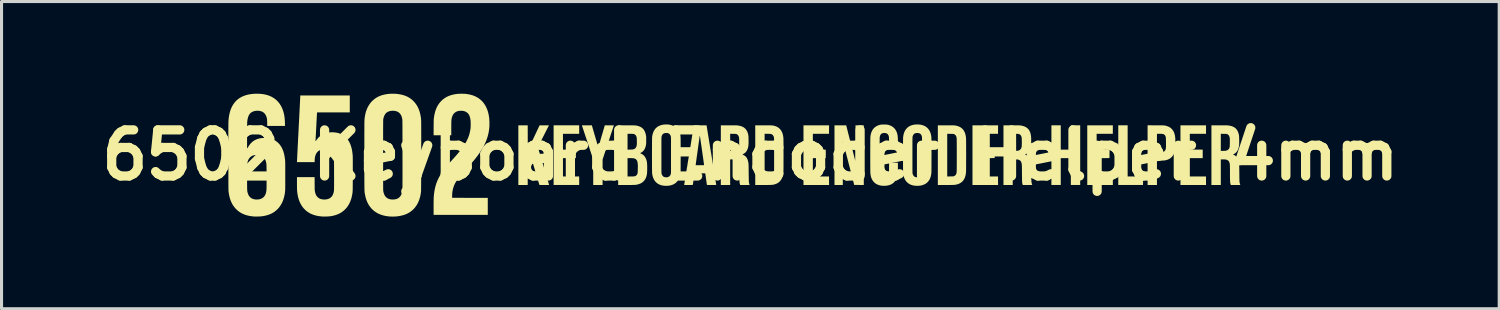
<source format=kicad_pcb>
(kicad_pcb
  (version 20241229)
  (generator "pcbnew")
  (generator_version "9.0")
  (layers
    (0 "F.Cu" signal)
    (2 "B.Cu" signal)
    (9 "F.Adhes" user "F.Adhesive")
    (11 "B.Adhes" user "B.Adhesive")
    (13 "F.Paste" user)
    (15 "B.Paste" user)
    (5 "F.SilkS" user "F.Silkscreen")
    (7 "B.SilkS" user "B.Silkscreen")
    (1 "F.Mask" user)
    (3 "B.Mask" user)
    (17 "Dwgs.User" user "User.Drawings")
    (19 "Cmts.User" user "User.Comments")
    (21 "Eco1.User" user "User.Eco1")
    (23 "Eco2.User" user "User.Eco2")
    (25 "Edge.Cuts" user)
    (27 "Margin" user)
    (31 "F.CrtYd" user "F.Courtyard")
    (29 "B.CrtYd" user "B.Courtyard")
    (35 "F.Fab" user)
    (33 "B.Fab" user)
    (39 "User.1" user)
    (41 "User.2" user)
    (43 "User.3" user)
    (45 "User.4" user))
  (footprint "6502 Keyboard Encoder Helper 4mm"
    (layer "F.Cu")
    (at 21.371 1.999)
    (property "Reference" "6502 Keyboard Encoder Helper 4mm" (at 0 0 0) (layer "F.SilkS") (effects (font (size 1.5 1.5) (thickness 0.3))))
    (attr board_only exclude_from_pos_files exclude_from_bom)
    (fp_poly (pts (xy 12.279 -0.139) (xy 12.279 0.694) (xy 12.529 0.694) (xy 12.78 0.694) (xy 12.78 0.833) (xy 12.78 0.971) (xy 12.377 0.971) (xy 11.974 0.971) (xy 11.974 -0.000001) (xy 11.974 -0.971) (xy 12.126 -0.971) (xy 12.279 -0.971)) (stroke (width 0) (type solid)) (fill yes) (layer "F.SilkS"))
    (fp_poly (pts (xy -5.571 -0.833) (xy -5.571 -0.694) (xy -5.835 -0.694) (xy -6.099 -0.694) (xy -6.099 -0.437) (xy -6.099 -0.179) (xy -5.889 -0.179) (xy -5.679 -0.179) (xy -5.679 -0.041) (xy -5.679 0.098) (xy -5.889 0.098) (xy -6.099 0.098) (xy -6.099 0.396) (xy -6.099 0.694) (xy -5.835 0.694) (xy -5.571 0.694) (xy -5.571 0.833) (xy -5.571 0.971) (xy -5.987 0.971) (xy -6.403 0.971) (xy -6.403 -0.000001) (xy -6.403 -0.971) (xy -5.987 -0.971) (xy -5.571 -0.971)) (stroke (width 0) (type solid)) (fill yes) (layer "F.SilkS"))
    (fp_poly (pts (xy 2.561 -0.833) (xy 2.56 -0.695) (xy 2.297 -0.695) (xy 2.034 -0.694) (xy 2.034 -0.437) (xy 2.034 -0.179) (xy 2.244 -0.179) (xy 2.454 -0.179) (xy 2.453 -0.041) (xy 2.452 0.096) (xy 2.243 0.097) (xy 2.034 0.098) (xy 2.034 0.396) (xy 2.034 0.694) (xy 2.297 0.695) (xy 2.56 0.695) (xy 2.561 0.833) (xy 2.562 0.971) (xy 2.146 0.971) (xy 1.729 0.971) (xy 1.729 -0.000001) (xy 1.729 -0.971) (xy 2.146 -0.971) (xy 2.562 -0.971)) (stroke (width 0) (type solid)) (fill yes) (layer "F.SilkS"))
    (fp_poly (pts (xy 8.061 -0.833) (xy 8.06 -0.695) (xy 7.797 -0.695) (xy 7.534 -0.694) (xy 7.534 -0.437) (xy 7.534 -0.179) (xy 7.744 -0.179) (xy 7.953 -0.179) (xy 7.953 -0.041) (xy 7.952 0.096) (xy 7.743 0.097) (xy 7.534 0.098) (xy 7.534 0.396) (xy 7.534 0.694) (xy 7.797 0.695) (xy 8.06 0.695) (xy 8.061 0.833) (xy 8.062 0.971) (xy 7.645 0.971) (xy 7.229 0.971) (xy 7.229 -0.000001) (xy 7.229 -0.971) (xy 7.645 -0.971) (xy 8.062 -0.971)) (stroke (width 0) (type solid)) (fill yes) (layer "F.SilkS"))
    (fp_poly (pts (xy 10.102 -0.575) (xy 10.102 -0.179) (xy 10.267 -0.179) (xy 10.431 -0.179) (xy 10.431 -0.575) (xy 10.431 -0.971) (xy 10.583 -0.971) (xy 10.735 -0.971) (xy 10.735 -0.000001) (xy 10.735 0.971) (xy 10.583 0.971) (xy 10.431 0.971) (xy 10.431 0.535) (xy 10.431 0.098) (xy 10.267 0.098) (xy 10.102 0.098) (xy 10.102 0.535) (xy 10.102 0.971) (xy 9.95 0.971) (xy 9.798 0.971) (xy 9.798 -0.000001) (xy 9.798 -0.971) (xy 9.95 -0.971) (xy 10.102 -0.971)) (stroke (width 0) (type solid)) (fill yes) (layer "F.SilkS"))
    (fp_poly (pts (xy 11.797 -0.833) (xy 11.796 -0.695) (xy 11.533 -0.695) (xy 11.27 -0.694) (xy 11.27 -0.437) (xy 11.27 -0.179) (xy 11.48 -0.179) (xy 11.69 -0.179) (xy 11.689 -0.041) (xy 11.688 0.096) (xy 11.479 0.097) (xy 11.27 0.098) (xy 11.27 0.396) (xy 11.27 0.694) (xy 11.533 0.695) (xy 11.796 0.695) (xy 11.797 0.833) (xy 11.798 0.971) (xy 11.382 0.971) (xy 10.965 0.971) (xy 10.965 -0.000001) (xy 10.965 -0.971) (xy 11.382 -0.971) (xy 11.798 -0.971)) (stroke (width 0) (type solid)) (fill yes) (layer "F.SilkS"))
    (fp_poly (pts (xy 14.83 -0.833) (xy 14.83 -0.694) (xy 14.566 -0.694) (xy 14.302 -0.694) (xy 14.303 -0.437) (xy 14.304 -0.181) (xy 14.513 -0.18) (xy 14.722 -0.179) (xy 14.722 -0.041) (xy 14.722 0.098) (xy 14.512 0.098) (xy 14.303 0.098) (xy 14.303 0.396) (xy 14.303 0.694) (xy 14.567 0.694) (xy 14.83 0.694) (xy 14.83 0.833) (xy 14.83 0.971) (xy 14.414 0.971) (xy 13.998 0.971) (xy 13.998 -0.000001) (xy 13.998 -0.971) (xy 14.414 -0.971) (xy 14.83 -0.971)) (stroke (width 0) (type solid)) (fill yes) (layer "F.SilkS"))
    (fp_poly (pts (xy -5.056 -0.617) (xy -5.042 -0.57) (xy -5.029 -0.524) (xy -5.016 -0.481) (xy -5.004 -0.44) (xy -4.993 -0.402) (xy -4.983 -0.368) (xy -4.974 -0.338) (xy -4.967 -0.312) (xy -4.96 -0.291) (xy -4.955 -0.274) (xy -4.952 -0.264) (xy -4.951 -0.26) (xy -4.951 -0.26) (xy -4.947 -0.257) (xy -4.946 -0.258) (xy -4.945 -0.261) (xy -4.942 -0.271) (xy -4.938 -0.286) (xy -4.932 -0.306) (xy -4.924 -0.332) (xy -4.915 -0.361) (xy -4.905 -0.395) (xy -4.894 -0.432) (xy -4.883 -0.472) (xy -4.87 -0.515) (xy -4.857 -0.561) (xy -4.843 -0.608) (xy -4.841 -0.615) (xy -4.737 -0.971) (xy -4.589 -0.971) (xy -4.441 -0.971) (xy -4.468 -0.891) (xy -4.472 -0.878) (xy -4.478 -0.86) (xy -4.486 -0.835) (xy -4.496 -0.806) (xy -4.507 -0.772) (xy -4.52 -0.734) (xy -4.534 -0.692) (xy -4.549 -0.646) (xy -4.565 -0.598) (xy -4.581 -0.547) (xy -4.599 -0.494) (xy -4.617 -0.439) (xy -4.635 -0.384) (xy -4.652 -0.334) (xy -4.809 0.143) (xy -4.809 0.557) (xy -4.809 0.971) (xy -4.962 0.971) (xy -5.114 0.971) (xy -5.114 0.558) (xy -5.114 0.145) (xy -5.297 -0.409) (xy -5.317 -0.468) (xy -5.336 -0.526) (xy -5.354 -0.581) (xy -5.372 -0.634) (xy -5.388 -0.684) (xy -5.404 -0.732) (xy -5.418 -0.776) (xy -5.432 -0.816) (xy -5.444 -0.852) (xy -5.454 -0.884) (xy -5.463 -0.911) (xy -5.471 -0.934) (xy -5.476 -0.951) (xy -5.48 -0.962) (xy -5.482 -0.967) (xy -5.482 -0.967) (xy -5.481 -0.968) (xy -5.477 -0.969) (xy -5.47 -0.97) (xy -5.459 -0.97) (xy -5.443 -0.971) (xy -5.423 -0.971) (xy -5.397 -0.971) (xy -5.366 -0.971) (xy -5.328 -0.971) (xy -5.321 -0.971) (xy -5.159 -0.971)) (stroke (width 0) (type solid)) (fill yes) (layer "F.SilkS"))
    (fp_poly (pts (xy 3.145 -0.871) (xy 3.173 -0.759) (xy 3.2 -0.653) (xy 3.225 -0.554) (xy 3.249 -0.462) (xy 3.271 -0.376) (xy 3.291 -0.296) (xy 3.31 -0.222) (xy 3.328 -0.155) (xy 3.343 -0.093) (xy 3.358 -0.038) (xy 3.37 0.011) (xy 3.381 0.054) (xy 3.391 0.091) (xy 3.399 0.123) (xy 3.406 0.148) (xy 3.411 0.168) (xy 3.415 0.182) (xy 3.418 0.19) (xy 3.419 0.193) (xy 3.419 0.19) (xy 3.419 0.18) (xy 3.42 0.164) (xy 3.42 0.142) (xy 3.42 0.115) (xy 3.42 0.084) (xy 3.421 0.047) (xy 3.421 0.006) (xy 3.421 -0.039) (xy 3.421 -0.088) (xy 3.421 -0.14) (xy 3.421 -0.195) (xy 3.422 -0.253) (xy 3.422 -0.312) (xy 3.422 -0.374) (xy 3.422 -0.389) (xy 3.422 -0.971) (xy 3.557 -0.971) (xy 3.692 -0.971) (xy 3.692 0.000033) (xy 3.692 0.971) (xy 3.536 0.971) (xy 3.38 0.97) (xy 3.227 0.376) (xy 3.21 0.312) (xy 3.194 0.249) (xy 3.178 0.186) (xy 3.162 0.126) (xy 3.147 0.067) (xy 3.132 0.01) (xy 3.118 -0.044) (xy 3.105 -0.095) (xy 3.093 -0.142) (xy 3.082 -0.185) (xy 3.072 -0.224) (xy 3.063 -0.259) (xy 3.055 -0.288) (xy 3.049 -0.311) (xy 3.045 -0.328) (xy 3.044 -0.333) (xy 3.037 -0.359) (xy 3.03 -0.384) (xy 3.025 -0.405) (xy 3.019 -0.423) (xy 3.015 -0.436) (xy 3.013 -0.444) (xy 3.012 -0.447) (xy 3.011 -0.443) (xy 3.011 -0.434) (xy 3.011 -0.418) (xy 3.011 -0.396) (xy 3.01 -0.369) (xy 3.01 -0.336) (xy 3.01 -0.299) (xy 3.01 -0.257) (xy 3.009 -0.211) (xy 3.009 -0.16) (xy 3.009 -0.107) (xy 3.009 -0.05) (xy 3.009 0.011) (xy 3.009 0.073) (xy 3.009 0.139) (xy 3.009 0.206) (xy 3.009 0.262) (xy 3.009 0.971) (xy 2.873 0.971) (xy 2.738 0.971) (xy 2.738 -0.000001) (xy 2.738 -0.971) (xy 2.929 -0.971) (xy 3.119 -0.971)) (stroke (width 0) (type solid)) (fill yes) (layer "F.SilkS"))
    (fp_poly (pts (xy 13.195 -0.97) (xy 13.245 -0.97) (xy 13.288 -0.97) (xy 13.326 -0.97) (xy 13.358 -0.969) (xy 13.386 -0.969) (xy 13.409 -0.969) (xy 13.428 -0.968) (xy 13.444 -0.968) (xy 13.457 -0.967) (xy 13.467 -0.966) (xy 13.476 -0.966) (xy 13.483 -0.965) (xy 13.489 -0.964) (xy 13.49 -0.963) (xy 13.545 -0.95) (xy 13.594 -0.933) (xy 13.638 -0.912) (xy 13.677 -0.886) (xy 13.711 -0.856) (xy 13.741 -0.822) (xy 13.767 -0.783) (xy 13.777 -0.762) (xy 13.796 -0.72) (xy 13.81 -0.673) (xy 13.821 -0.621) (xy 13.828 -0.565) (xy 13.829 -0.56) (xy 13.83 -0.544) (xy 13.83 -0.522) (xy 13.831 -0.496) (xy 13.832 -0.466) (xy 13.832 -0.434) (xy 13.832 -0.401) (xy 13.832 -0.368) (xy 13.832 -0.335) (xy 13.831 -0.304) (xy 13.831 -0.277) (xy 13.83 -0.254) (xy 13.829 -0.236) (xy 13.829 -0.232) (xy 13.821 -0.171) (xy 13.809 -0.115) (xy 13.792 -0.063) (xy 13.771 -0.017) (xy 13.745 0.024) (xy 13.715 0.06) (xy 13.68 0.092) (xy 13.641 0.119) (xy 13.597 0.141) (xy 13.58 0.147) (xy 13.555 0.156) (xy 13.529 0.163) (xy 13.502 0.169) (xy 13.472 0.173) (xy 13.439 0.176) (xy 13.402 0.178) (xy 13.36 0.179) (xy 13.33 0.179) (xy 13.233 0.179) (xy 13.233 0.575) (xy 13.233 0.971) (xy 13.081 0.971) (xy 12.928 0.971) (xy 12.928 -0.000171) (xy 12.928 -0.396) (xy 13.233 -0.396) (xy 13.233 -0.098) (xy 13.32 -0.098) (xy 13.349 -0.098) (xy 13.372 -0.099) (xy 13.39 -0.099) (xy 13.405 -0.1) (xy 13.416 -0.101) (xy 13.425 -0.103) (xy 13.427 -0.104) (xy 13.455 -0.114) (xy 13.478 -0.129) (xy 13.496 -0.149) (xy 13.51 -0.173) (xy 13.516 -0.189) (xy 13.519 -0.2) (xy 13.521 -0.212) (xy 13.523 -0.227) (xy 13.525 -0.244) (xy 13.526 -0.264) (xy 13.526 -0.288) (xy 13.527 -0.317) (xy 13.527 -0.351) (xy 13.527 -0.391) (xy 13.527 -0.418) (xy 13.526 -0.455) (xy 13.526 -0.486) (xy 13.525 -0.511) (xy 13.525 -0.531) (xy 13.524 -0.548) (xy 13.523 -0.561) (xy 13.522 -0.571) (xy 13.521 -0.58) (xy 13.52 -0.587) (xy 13.519 -0.591) (xy 13.509 -0.62) (xy 13.496 -0.644) (xy 13.479 -0.662) (xy 13.458 -0.676) (xy 13.448 -0.681) (xy 13.438 -0.685) (xy 13.427 -0.688) (xy 13.415 -0.69) (xy 13.401 -0.692) (xy 13.383 -0.693) (xy 13.361 -0.694) (xy 13.334 -0.694) (xy 13.32 -0.694) (xy 13.233 -0.694) (xy 13.233 -0.396) (xy 12.928 -0.396) (xy 12.928 -0.972)) (stroke (width 0) (type solid)) (fill yes) (layer "F.SilkS"))
    (fp_poly (pts (xy -7.245 -0.564) (xy -7.244 -0.157) (xy -7.051 -0.564) (xy -6.859 -0.971) (xy -6.707 -0.971) (xy -6.67 -0.971) (xy -6.64 -0.971) (xy -6.616 -0.971) (xy -6.596 -0.971) (xy -6.581 -0.97) (xy -6.571 -0.97) (xy -6.563 -0.969) (xy -6.559 -0.969) (xy -6.557 -0.968) (xy -6.557 -0.966) (xy -6.559 -0.963) (xy -6.563 -0.954) (xy -6.57 -0.939) (xy -6.58 -0.92) (xy -6.592 -0.896) (xy -6.607 -0.868) (xy -6.623 -0.836) (xy -6.641 -0.801) (xy -6.66 -0.763) (xy -6.681 -0.722) (xy -6.703 -0.679) (xy -6.725 -0.634) (xy -6.737 -0.612) (xy -6.76 -0.566) (xy -6.782 -0.523) (xy -6.804 -0.481) (xy -6.824 -0.441) (xy -6.842 -0.405) (xy -6.859 -0.371) (xy -6.874 -0.341) (xy -6.887 -0.315) (xy -6.898 -0.294) (xy -6.906 -0.277) (xy -6.912 -0.265) (xy -6.915 -0.258) (xy -6.915 -0.257) (xy -6.914 -0.254) (xy -6.911 -0.244) (xy -6.907 -0.228) (xy -6.9 -0.207) (xy -6.893 -0.18) (xy -6.883 -0.149) (xy -6.873 -0.113) (xy -6.861 -0.073) (xy -6.848 -0.029) (xy -6.833 0.019) (xy -6.818 0.07) (xy -6.802 0.124) (xy -6.785 0.18) (xy -6.767 0.239) (xy -6.749 0.3) (xy -6.732 0.358) (xy -6.713 0.42) (xy -6.695 0.481) (xy -6.677 0.54) (xy -6.661 0.596) (xy -6.644 0.649) (xy -6.629 0.7) (xy -6.615 0.747) (xy -6.602 0.791) (xy -6.59 0.83) (xy -6.58 0.865) (xy -6.571 0.896) (xy -6.563 0.922) (xy -6.557 0.943) (xy -6.552 0.958) (xy -6.55 0.967) (xy -6.549 0.97) (xy -6.552 0.97) (xy -6.561 0.97) (xy -6.576 0.971) (xy -6.596 0.971) (xy -6.62 0.971) (xy -6.647 0.971) (xy -6.677 0.971) (xy -6.708 0.971) (xy -6.745 0.971) (xy -6.775 0.971) (xy -6.801 0.971) (xy -6.821 0.971) (xy -6.836 0.971) (xy -6.848 0.97) (xy -6.857 0.97) (xy -6.862 0.969) (xy -6.866 0.968) (xy -6.867 0.967) (xy -6.868 0.965) (xy -6.868 0.965) (xy -6.874 0.944) (xy -6.882 0.918) (xy -6.891 0.888) (xy -6.901 0.855) (xy -6.912 0.818) (xy -6.924 0.779) (xy -6.936 0.737) (xy -6.949 0.693) (xy -6.962 0.648) (xy -6.976 0.602) (xy -6.99 0.556) (xy -7.004 0.509) (xy -7.018 0.463) (xy -7.031 0.418) (xy -7.044 0.374) (xy -7.057 0.333) (xy -7.069 0.293) (xy -7.08 0.256) (xy -7.09 0.222) (xy -7.099 0.192) (xy -7.107 0.166) (xy -7.113 0.144) (xy -7.119 0.128) (xy -7.122 0.117) (xy -7.124 0.111) (xy -7.124 0.111) (xy -7.126 0.113) (xy -7.13 0.121) (xy -7.137 0.134) (xy -7.146 0.151) (xy -7.157 0.171) (xy -7.169 0.194) (xy -7.182 0.22) (xy -7.186 0.229) (xy -7.246 0.35) (xy -7.246 0.661) (xy -7.246 0.971) (xy -7.398 0.971) (xy -7.551 0.971) (xy -7.551 -0.000001) (xy -7.551 -0.971) (xy -7.398 -0.971) (xy -7.246 -0.971)) (stroke (width 0) (type solid)) (fill yes) (layer "F.SilkS"))
    (fp_poly (pts (xy 6.407 -0.971) (xy 6.451 -0.971) (xy 6.49 -0.971) (xy 6.523 -0.971) (xy 6.551 -0.971) (xy 6.575 -0.97) (xy 6.595 -0.97) (xy 6.612 -0.969) (xy 6.626 -0.969) (xy 6.638 -0.968) (xy 6.648 -0.967) (xy 6.653 -0.966) (xy 6.709 -0.957) (xy 6.76 -0.942) (xy 6.807 -0.923) (xy 6.848 -0.899) (xy 6.886 -0.871) (xy 6.918 -0.837) (xy 6.93 -0.823) (xy 6.955 -0.784) (xy 6.977 -0.742) (xy 6.993 -0.697) (xy 7.006 -0.647) (xy 7.015 -0.593) (xy 7.019 -0.551) (xy 7.02 -0.541) (xy 7.02 -0.524) (xy 7.02 -0.5) (xy 7.021 -0.471) (xy 7.021 -0.435) (xy 7.022 -0.394) (xy 7.022 -0.348) (xy 7.022 -0.296) (xy 7.022 -0.239) (xy 7.022 -0.178) (xy 7.023 -0.112) (xy 7.023 -0.042) (xy 7.023 -0.000001) (xy 7.023 0.073) (xy 7.022 0.141) (xy 7.022 0.205) (xy 7.022 0.264) (xy 7.022 0.319) (xy 7.022 0.368) (xy 7.021 0.413) (xy 7.021 0.451) (xy 7.021 0.484) (xy 7.02 0.511) (xy 7.02 0.532) (xy 7.019 0.546) (xy 7.019 0.551) (xy 7.012 0.613) (xy 7.001 0.67) (xy 6.985 0.722) (xy 6.964 0.769) (xy 6.939 0.811) (xy 6.909 0.848) (xy 6.874 0.88) (xy 6.835 0.908) (xy 6.791 0.93) (xy 6.743 0.948) (xy 6.689 0.961) (xy 6.653 0.966) (xy 6.643 0.967) (xy 6.633 0.968) (xy 6.62 0.969) (xy 6.604 0.969) (xy 6.586 0.97) (xy 6.564 0.97) (xy 6.538 0.971) (xy 6.507 0.971) (xy 6.471 0.971) (xy 6.43 0.971) (xy 6.383 0.971) (xy 6.357 0.971) (xy 6.102 0.971) (xy 6.102 -0.000001) (xy 6.407 -0.000001) (xy 6.407 0.694) (xy 6.506 0.693) (xy 6.536 0.693) (xy 6.559 0.692) (xy 6.578 0.692) (xy 6.593 0.691) (xy 6.604 0.69) (xy 6.613 0.688) (xy 6.619 0.687) (xy 6.622 0.686) (xy 6.642 0.677) (xy 6.662 0.663) (xy 6.679 0.647) (xy 6.686 0.638) (xy 6.697 0.618) (xy 6.706 0.593) (xy 6.712 0.563) (xy 6.715 0.547) (xy 6.715 0.539) (xy 6.716 0.525) (xy 6.716 0.504) (xy 6.716 0.478) (xy 6.717 0.445) (xy 6.717 0.407) (xy 6.717 0.363) (xy 6.717 0.315) (xy 6.718 0.261) (xy 6.718 0.202) (xy 6.718 0.139) (xy 6.718 0.072) (xy 6.718 0.001) (xy 6.718 -0.000001) (xy 6.718 -0.071) (xy 6.718 -0.139) (xy 6.718 -0.202) (xy 6.718 -0.26) (xy 6.717 -0.314) (xy 6.717 -0.363) (xy 6.717 -0.406) (xy 6.717 -0.445) (xy 6.716 -0.477) (xy 6.716 -0.504) (xy 6.716 -0.525) (xy 6.715 -0.539) (xy 6.715 -0.547) (xy 6.715 -0.547) (xy 6.709 -0.581) (xy 6.701 -0.609) (xy 6.689 -0.633) (xy 6.673 -0.653) (xy 6.657 -0.667) (xy 6.648 -0.674) (xy 6.64 -0.679) (xy 6.631 -0.683) (xy 6.621 -0.686) (xy 6.609 -0.689) (xy 6.594 -0.69) (xy 6.575 -0.691) (xy 6.552 -0.692) (xy 6.524 -0.693) (xy 6.506 -0.693) (xy 6.407 -0.694) (xy 6.407 -0.000001) (xy 6.102 -0.000001) (xy 6.102 -0.971) (xy 6.357 -0.971)) (stroke (width 0) (type solid)) (fill yes) (layer "F.SilkS"))
    (fp_poly (pts (xy 0.466 -0.971) (xy 0.512 -0.971) (xy 0.553 -0.971) (xy 0.588 -0.971) (xy 0.619 -0.97) (xy 0.645 -0.97) (xy 0.668 -0.969) (xy 0.688 -0.968) (xy 0.705 -0.967) (xy 0.721 -0.965) (xy 0.734 -0.963) (xy 0.747 -0.961) (xy 0.76 -0.958) (xy 0.772 -0.956) (xy 0.783 -0.953) (xy 0.833 -0.937) (xy 0.878 -0.916) (xy 0.918 -0.891) (xy 0.953 -0.86) (xy 0.985 -0.824) (xy 1.012 -0.784) (xy 1.021 -0.766) (xy 1.039 -0.728) (xy 1.052 -0.688) (xy 1.063 -0.646) (xy 1.071 -0.599) (xy 1.076 -0.548) (xy 1.076 -0.54) (xy 1.077 -0.528) (xy 1.077 -0.51) (xy 1.077 -0.486) (xy 1.078 -0.457) (xy 1.078 -0.421) (xy 1.079 -0.381) (xy 1.079 -0.335) (xy 1.079 -0.285) (xy 1.079 -0.231) (xy 1.079 -0.173) (xy 1.079 -0.112) (xy 1.08 -0.047) (xy 1.08 -0.000001) (xy 1.08 0.067) (xy 1.079 0.131) (xy 1.079 0.191) (xy 1.079 0.248) (xy 1.079 0.301) (xy 1.079 0.349) (xy 1.078 0.393) (xy 1.078 0.432) (xy 1.078 0.466) (xy 1.077 0.494) (xy 1.077 0.516) (xy 1.076 0.532) (xy 1.076 0.54) (xy 1.072 0.592) (xy 1.064 0.639) (xy 1.054 0.682) (xy 1.041 0.722) (xy 1.024 0.76) (xy 1.021 0.766) (xy 0.996 0.809) (xy 0.966 0.846) (xy 0.932 0.879) (xy 0.894 0.907) (xy 0.85 0.929) (xy 0.802 0.947) (xy 0.763 0.958) (xy 0.752 0.96) (xy 0.74 0.962) (xy 0.728 0.964) (xy 0.715 0.966) (xy 0.701 0.967) (xy 0.684 0.968) (xy 0.665 0.969) (xy 0.642 0.97) (xy 0.616 0.97) (xy 0.585 0.971) (xy 0.55 0.971) (xy 0.51 0.971) (xy 0.464 0.971) (xy 0.414 0.971) (xy 0.159 0.971) (xy 0.159 -0.000001) (xy 0.464 -0.000001) (xy 0.464 0.694) (xy 0.556 0.694) (xy 0.587 0.694) (xy 0.612 0.693) (xy 0.632 0.693) (xy 0.647 0.692) (xy 0.658 0.69) (xy 0.666 0.689) (xy 0.694 0.679) (xy 0.718 0.664) (xy 0.737 0.645) (xy 0.752 0.62) (xy 0.764 0.59) (xy 0.768 0.575) (xy 0.768 0.571) (xy 0.769 0.567) (xy 0.77 0.561) (xy 0.77 0.555) (xy 0.771 0.547) (xy 0.771 0.537) (xy 0.772 0.524) (xy 0.772 0.509) (xy 0.772 0.491) (xy 0.772 0.47) (xy 0.773 0.446) (xy 0.773 0.417) (xy 0.773 0.385) (xy 0.773 0.348) (xy 0.773 0.306) (xy 0.773 0.259) (xy 0.773 0.206) (xy 0.773 0.148) (xy 0.773 0.083) (xy 0.773 0.013) (xy 0.773 -0.000001) (xy 0.773 -0.072) (xy 0.773 -0.137) (xy 0.773 -0.197) (xy 0.773 -0.25) (xy 0.773 -0.298) (xy 0.773 -0.341) (xy 0.773 -0.379) (xy 0.773 -0.412) (xy 0.773 -0.441) (xy 0.772 -0.466) (xy 0.772 -0.488) (xy 0.772 -0.506) (xy 0.772 -0.522) (xy 0.771 -0.535) (xy 0.771 -0.545) (xy 0.77 -0.554) (xy 0.77 -0.56) (xy 0.769 -0.566) (xy 0.768 -0.57) (xy 0.768 -0.574) (xy 0.768 -0.575) (xy 0.758 -0.607) (xy 0.744 -0.634) (xy 0.727 -0.656) (xy 0.705 -0.673) (xy 0.679 -0.685) (xy 0.666 -0.689) (xy 0.658 -0.691) (xy 0.647 -0.692) (xy 0.631 -0.693) (xy 0.611 -0.693) (xy 0.586 -0.694) (xy 0.556 -0.694) (xy 0.464 -0.694) (xy 0.464 -0.000001) (xy 0.159 -0.000001) (xy 0.159 -0.971) (xy 0.414 -0.971)) (stroke (width 0) (type solid)) (fill yes) (layer "F.SilkS"))
    (fp_poly (pts (xy 15.308 -0.971) (xy 15.352 -0.971) (xy 15.39 -0.971) (xy 15.423 -0.971) (xy 15.451 -0.971) (xy 15.475 -0.97) (xy 15.495 -0.97) (xy 15.512 -0.969) (xy 15.527 -0.968) (xy 15.539 -0.968) (xy 15.549 -0.967) (xy 15.553 -0.966) (xy 15.609 -0.957) (xy 15.661 -0.944) (xy 15.706 -0.927) (xy 15.747 -0.906) (xy 15.783 -0.88) (xy 15.815 -0.849) (xy 15.841 -0.813) (xy 15.864 -0.773) (xy 15.882 -0.727) (xy 15.896 -0.677) (xy 15.902 -0.646) (xy 15.904 -0.633) (xy 15.905 -0.614) (xy 15.907 -0.591) (xy 15.908 -0.564) (xy 15.909 -0.534) (xy 15.909 -0.502) (xy 15.91 -0.47) (xy 15.91 -0.439) (xy 15.91 -0.409) (xy 15.909 -0.381) (xy 15.909 -0.357) (xy 15.908 -0.338) (xy 15.907 -0.331) (xy 15.899 -0.275) (xy 15.887 -0.224) (xy 15.87 -0.179) (xy 15.849 -0.138) (xy 15.823 -0.103) (xy 15.793 -0.072) (xy 15.759 -0.047) (xy 15.727 -0.03) (xy 15.718 -0.025) (xy 15.712 -0.021) (xy 15.711 -0.019) (xy 15.715 -0.017) (xy 15.723 -0.013) (xy 15.734 -0.008) (xy 15.737 -0.007) (xy 15.77 0.009) (xy 15.799 0.029) (xy 15.825 0.054) (xy 15.847 0.082) (xy 15.866 0.116) (xy 15.881 0.155) (xy 15.894 0.199) (xy 15.903 0.25) (xy 15.905 0.263) (xy 15.907 0.271) (xy 15.907 0.281) (xy 15.908 0.292) (xy 15.909 0.305) (xy 15.91 0.321) (xy 15.91 0.34) (xy 15.911 0.362) (xy 15.911 0.389) (xy 15.912 0.42) (xy 15.912 0.455) (xy 15.913 0.497) (xy 15.913 0.544) (xy 15.914 0.577) (xy 15.914 0.635) (xy 15.915 0.687) (xy 15.915 0.733) (xy 15.916 0.773) (xy 15.917 0.807) (xy 15.918 0.835) (xy 15.919 0.856) (xy 15.919 0.871) (xy 15.92 0.878) (xy 15.923 0.894) (xy 15.928 0.913) (xy 15.933 0.932) (xy 15.935 0.938) (xy 15.946 0.971) (xy 15.792 0.971) (xy 15.637 0.971) (xy 15.63 0.948) (xy 15.626 0.936) (xy 15.623 0.924) (xy 15.62 0.911) (xy 15.618 0.897) (xy 15.616 0.882) (xy 15.614 0.865) (xy 15.613 0.845) (xy 15.612 0.822) (xy 15.611 0.796) (xy 15.61 0.765) (xy 15.61 0.731) (xy 15.609 0.691) (xy 15.609 0.645) (xy 15.609 0.594) (xy 15.609 0.567) (xy 15.609 0.517) (xy 15.609 0.474) (xy 15.609 0.436) (xy 15.608 0.403) (xy 15.608 0.375) (xy 15.607 0.352) (xy 15.606 0.331) (xy 15.605 0.314) (xy 15.604 0.3) (xy 15.602 0.287) (xy 15.601 0.276) (xy 15.599 0.266) (xy 15.597 0.259) (xy 15.586 0.227) (xy 15.571 0.2) (xy 15.551 0.178) (xy 15.527 0.161) (xy 15.498 0.149) (xy 15.475 0.144) (xy 15.459 0.142) (xy 15.437 0.14) (xy 15.41 0.139) (xy 15.38 0.139) (xy 15.311 0.139) (xy 15.311 0.555) (xy 15.311 0.971) (xy 15.159 0.971) (xy 15.006 0.971) (xy 15.006 -0.000001) (xy 15.006 -0.417) (xy 15.311 -0.417) (xy 15.311 -0.139) (xy 15.378 -0.139) (xy 15.4 -0.139) (xy 15.422 -0.14) (xy 15.442 -0.14) (xy 15.457 -0.141) (xy 15.467 -0.142) (xy 15.501 -0.15) (xy 15.529 -0.163) (xy 15.554 -0.181) (xy 15.574 -0.204) (xy 15.589 -0.232) (xy 15.597 -0.256) (xy 15.599 -0.266) (xy 15.601 -0.281) (xy 15.602 -0.302) (xy 15.603 -0.326) (xy 15.604 -0.354) (xy 15.605 -0.383) (xy 15.605 -0.413) (xy 15.605 -0.444) (xy 15.605 -0.473) (xy 15.605 -0.5) (xy 15.604 -0.524) (xy 15.603 -0.545) (xy 15.601 -0.561) (xy 15.601 -0.565) (xy 15.592 -0.599) (xy 15.58 -0.628) (xy 15.563 -0.652) (xy 15.543 -0.671) (xy 15.518 -0.684) (xy 15.518 -0.684) (xy 15.512 -0.687) (xy 15.506 -0.688) (xy 15.499 -0.69) (xy 15.49 -0.691) (xy 15.479 -0.692) (xy 15.464 -0.692) (xy 15.445 -0.693) (xy 15.42 -0.693) (xy 15.405 -0.693) (xy 15.311 -0.694) (xy 15.311 -0.417) (xy 15.006 -0.417) (xy 15.006 -0.971) (xy 15.258 -0.971)) (stroke (width 0) (type solid)) (fill yes) (layer "F.SilkS"))
    (fp_poly (pts (xy 8.534 -0.971) (xy 8.579 -0.971) (xy 8.62 -0.971) (xy 8.657 -0.971) (xy 8.69 -0.97) (xy 8.718 -0.97) (xy 8.741 -0.969) (xy 8.758 -0.969) (xy 8.769 -0.968) (xy 8.769 -0.968) (xy 8.827 -0.96) (xy 8.88 -0.947) (xy 8.927 -0.931) (xy 8.969 -0.91) (xy 9.006 -0.884) (xy 9.039 -0.854) (xy 9.067 -0.819) (xy 9.09 -0.779) (xy 9.109 -0.734) (xy 9.123 -0.684) (xy 9.133 -0.629) (xy 9.134 -0.619) (xy 9.136 -0.601) (xy 9.138 -0.576) (xy 9.139 -0.548) (xy 9.14 -0.517) (xy 9.14 -0.484) (xy 9.14 -0.452) (xy 9.14 -0.42) (xy 9.139 -0.391) (xy 9.138 -0.368) (xy 9.134 -0.316) (xy 9.127 -0.27) (xy 9.117 -0.229) (xy 9.105 -0.192) (xy 9.089 -0.157) (xy 9.083 -0.146) (xy 9.065 -0.119) (xy 9.042 -0.093) (xy 9.016 -0.069) (xy 8.989 -0.048) (xy 8.962 -0.032) (xy 8.957 -0.03) (xy 8.947 -0.025) (xy 8.942 -0.02) (xy 8.944 -0.016) (xy 8.951 -0.013) (xy 8.986 0.003) (xy 9.017 0.022) (xy 9.044 0.044) (xy 9.067 0.069) (xy 9.086 0.099) (xy 9.102 0.133) (xy 9.116 0.172) (xy 9.126 0.217) (xy 9.135 0.267) (xy 9.136 0.278) (xy 9.137 0.289) (xy 9.138 0.302) (xy 9.139 0.316) (xy 9.14 0.334) (xy 9.14 0.354) (xy 9.141 0.379) (xy 9.141 0.408) (xy 9.141 0.442) (xy 9.141 0.482) (xy 9.141 0.517) (xy 9.142 0.583) (xy 9.142 0.644) (xy 9.143 0.697) (xy 9.143 0.745) (xy 9.145 0.786) (xy 9.146 0.821) (xy 9.148 0.85) (xy 9.15 0.873) (xy 9.152 0.891) (xy 9.153 0.898) (xy 9.161 0.93) (xy 9.172 0.962) (xy 9.173 0.965) (xy 9.174 0.967) (xy 9.173 0.968) (xy 9.17 0.969) (xy 9.166 0.97) (xy 9.158 0.97) (xy 9.147 0.971) (xy 9.132 0.971) (xy 9.113 0.971) (xy 9.089 0.971) (xy 9.059 0.971) (xy 9.023 0.971) (xy 9.021 0.971) (xy 8.865 0.971) (xy 8.861 0.955) (xy 8.857 0.944) (xy 8.855 0.935) (xy 8.852 0.926) (xy 8.85 0.917) (xy 8.848 0.908) (xy 8.847 0.898) (xy 8.846 0.887) (xy 8.845 0.875) (xy 8.844 0.86) (xy 8.843 0.842) (xy 8.843 0.821) (xy 8.842 0.797) (xy 8.842 0.768) (xy 8.841 0.734) (xy 8.841 0.695) (xy 8.84 0.65) (xy 8.84 0.602) (xy 8.84 0.55) (xy 8.839 0.503) (xy 8.839 0.462) (xy 8.838 0.427) (xy 8.837 0.396) (xy 8.837 0.37) (xy 8.836 0.347) (xy 8.835 0.328) (xy 8.834 0.312) (xy 8.833 0.299) (xy 8.832 0.287) (xy 8.83 0.277) (xy 8.828 0.268) (xy 8.826 0.259) (xy 8.823 0.251) (xy 8.821 0.244) (xy 8.81 0.216) (xy 8.796 0.193) (xy 8.778 0.175) (xy 8.755 0.16) (xy 8.726 0.148) (xy 8.722 0.147) (xy 8.714 0.145) (xy 8.705 0.143) (xy 8.693 0.142) (xy 8.678 0.141) (xy 8.658 0.14) (xy 8.633 0.14) (xy 8.621 0.14) (xy 8.539 0.138) (xy 8.539 0.555) (xy 8.539 0.971) (xy 8.388 0.971) (xy 8.238 0.971) (xy 8.238 -0.000001) (xy 8.238 -0.416) (xy 8.539 -0.416) (xy 8.539 -0.138) (xy 8.621 -0.14) (xy 8.648 -0.14) (xy 8.668 -0.141) (xy 8.685 -0.142) (xy 8.697 -0.143) (xy 8.707 -0.144) (xy 8.716 -0.146) (xy 8.723 -0.148) (xy 8.726 -0.148) (xy 8.755 -0.161) (xy 8.779 -0.177) (xy 8.799 -0.198) (xy 8.814 -0.224) (xy 8.826 -0.255) (xy 8.829 -0.268) (xy 8.831 -0.279) (xy 8.832 -0.297) (xy 8.833 -0.319) (xy 8.834 -0.344) (xy 8.835 -0.373) (xy 8.835 -0.403) (xy 8.835 -0.434) (xy 8.835 -0.464) (xy 8.834 -0.493) (xy 8.833 -0.519) (xy 8.832 -0.542) (xy 8.831 -0.56) (xy 8.829 -0.573) (xy 8.829 -0.573) (xy 8.82 -0.606) (xy 8.807 -0.633) (xy 8.791 -0.655) (xy 8.771 -0.672) (xy 8.762 -0.677) (xy 8.752 -0.682) (xy 8.741 -0.686) (xy 8.73 -0.689) (xy 8.716 -0.691) (xy 8.7 -0.692) (xy 8.68 -0.693) (xy 8.654 -0.694) (xy 8.624 -0.694) (xy 8.539 -0.694) (xy 8.539 -0.416) (xy 8.238 -0.416) (xy 8.238 -0.971) (xy 8.486 -0.971)) (stroke (width 0) (type solid)) (fill yes) (layer "F.SilkS"))
    (fp_poly (pts (xy -4.027 -0.97) (xy -3.975 -0.97) (xy -3.93 -0.97) (xy -3.89 -0.97) (xy -3.856 -0.969) (xy -3.826 -0.969) (xy -3.801 -0.969) (xy -3.779 -0.968) (xy -3.76 -0.967) (xy -3.744 -0.966) (xy -3.73 -0.965) (xy -3.718 -0.963) (xy -3.707 -0.962) (xy -3.696 -0.96) (xy -3.686 -0.957) (xy -3.675 -0.954) (xy -3.662 -0.951) (xy -3.66 -0.951) (xy -3.613 -0.935) (xy -3.57 -0.916) (xy -3.532 -0.892) (xy -3.499 -0.863) (xy -3.47 -0.83) (xy -3.446 -0.792) (xy -3.426 -0.748) (xy -3.41 -0.7) (xy -3.398 -0.646) (xy -3.396 -0.633) (xy -3.394 -0.62) (xy -3.392 -0.607) (xy -3.391 -0.592) (xy -3.391 -0.575) (xy -3.39 -0.554) (xy -3.39 -0.529) (xy -3.39 -0.498) (xy -3.39 -0.484) (xy -3.39 -0.453) (xy -3.39 -0.427) (xy -3.39 -0.406) (xy -3.391 -0.389) (xy -3.392 -0.375) (xy -3.393 -0.362) (xy -3.394 -0.35) (xy -3.396 -0.337) (xy -3.398 -0.33) (xy -3.409 -0.279) (xy -3.425 -0.232) (xy -3.444 -0.191) (xy -3.468 -0.156) (xy -3.496 -0.125) (xy -3.528 -0.099) (xy -3.557 -0.081) (xy -3.569 -0.075) (xy -3.578 -0.069) (xy -3.583 -0.065) (xy -3.583 -0.064) (xy -3.58 -0.06) (xy -3.572 -0.056) (xy -3.561 -0.05) (xy -3.558 -0.049) (xy -3.518 -0.028) (xy -3.482 -0.002) (xy -3.451 0.028) (xy -3.425 0.064) (xy -3.403 0.104) (xy -3.385 0.15) (xy -3.383 0.155) (xy -3.377 0.177) (xy -3.371 0.2) (xy -3.367 0.224) (xy -3.364 0.25) (xy -3.361 0.28) (xy -3.359 0.313) (xy -3.358 0.351) (xy -3.357 0.395) (xy -3.357 0.422) (xy -3.358 0.468) (xy -3.358 0.508) (xy -3.36 0.543) (xy -3.362 0.574) (xy -3.364 0.601) (xy -3.367 0.625) (xy -3.371 0.646) (xy -3.385 0.699) (xy -3.404 0.748) (xy -3.427 0.792) (xy -3.456 0.831) (xy -3.489 0.865) (xy -3.527 0.895) (xy -3.57 0.92) (xy -3.617 0.94) (xy -3.669 0.955) (xy -3.726 0.966) (xy -3.744 0.968) (xy -3.754 0.968) (xy -3.771 0.969) (xy -3.793 0.97) (xy -3.822 0.97) (xy -3.856 0.971) (xy -3.895 0.971) (xy -3.939 0.971) (xy -3.987 0.971) (xy -4.039 0.971) (xy -4.302 0.971) (xy -4.302 0.396) (xy -3.997 0.396) (xy -3.997 0.694) (xy -3.893 0.694) (xy -3.863 0.694) (xy -3.839 0.694) (xy -3.82 0.693) (xy -3.805 0.693) (xy -3.793 0.692) (xy -3.784 0.691) (xy -3.775 0.69) (xy -3.768 0.688) (xy -3.764 0.687) (xy -3.737 0.677) (xy -3.715 0.663) (xy -3.697 0.645) (xy -3.683 0.623) (xy -3.673 0.594) (xy -3.67 0.582) (xy -3.668 0.572) (xy -3.667 0.556) (xy -3.666 0.535) (xy -3.664 0.51) (xy -3.664 0.483) (xy -3.663 0.453) (xy -3.663 0.423) (xy -3.662 0.393) (xy -3.662 0.364) (xy -3.663 0.337) (xy -3.663 0.313) (xy -3.664 0.293) (xy -3.665 0.288) (xy -3.67 0.247) (xy -3.677 0.212) (xy -3.688 0.183) (xy -3.701 0.159) (xy -3.719 0.139) (xy -3.74 0.123) (xy -3.766 0.112) (xy -3.793 0.104) (xy -3.802 0.102) (xy -3.814 0.1) (xy -3.828 0.099) (xy -3.845 0.099) (xy -3.868 0.098) (xy -3.895 0.098) (xy -3.907 0.098) (xy -3.997 0.098) (xy -3.997 0.396) (xy -4.302 0.396) (xy -4.302 -0.000167) (xy -4.302 -0.436) (xy -3.997 -0.436) (xy -3.997 -0.178) (xy -3.915 -0.18) (xy -3.891 -0.181) (xy -3.868 -0.182) (xy -3.848 -0.183) (xy -3.832 -0.184) (xy -3.82 -0.186) (xy -3.816 -0.186) (xy -3.785 -0.197) (xy -3.758 -0.212) (xy -3.736 -0.233) (xy -3.719 -0.258) (xy -3.706 -0.289) (xy -3.7 -0.309) (xy -3.698 -0.321) (xy -3.697 -0.339) (xy -3.695 -0.362) (xy -3.694 -0.388) (xy -3.694 -0.416) (xy -3.694 -0.445) (xy -3.694 -0.474) (xy -3.695 -0.501) (xy -3.696 -0.527) (xy -3.697 -0.548) (xy -3.698 -0.566) (xy -3.7 -0.575) (xy -3.71 -0.608) (xy -3.723 -0.635) (xy -3.739 -0.656) (xy -3.759 -0.672) (xy -3.764 -0.675) (xy -3.774 -0.68) (xy -3.784 -0.684) (xy -3.794 -0.688) (xy -3.805 -0.69) (xy -3.819 -0.692) (xy -3.837 -0.693) (xy -3.858 -0.693) (xy -3.885 -0.694) (xy -3.906 -0.694) (xy -3.997 -0.694) (xy -3.997 -0.436) (xy -4.302 -0.436) (xy -4.302 -0.972)) (stroke (width 0) (type solid)) (fill yes) (layer "F.SilkS"))
    (fp_poly (pts (xy 4.384 -0.996) (xy 4.413 -0.995) (xy 4.437 -0.994) (xy 4.459 -0.991) (xy 4.48 -0.987) (xy 4.501 -0.982) (xy 4.516 -0.977) (xy 4.565 -0.959) (xy 4.609 -0.936) (xy 4.649 -0.908) (xy 4.685 -0.875) (xy 4.716 -0.837) (xy 4.742 -0.794) (xy 4.764 -0.746) (xy 4.781 -0.694) (xy 4.79 -0.65) (xy 4.794 -0.626) (xy 4.797 -0.596) (xy 4.799 -0.561) (xy 4.801 -0.52) (xy 4.802 -0.474) (xy 4.802 -0.424) (xy 4.802 -0.414) (xy 4.802 -0.318) (xy 4.659 -0.318) (xy 4.516 -0.318) (xy 4.514 -0.451) (xy 4.513 -0.488) (xy 4.513 -0.519) (xy 4.512 -0.545) (xy 4.511 -0.566) (xy 4.51 -0.583) (xy 4.508 -0.598) (xy 4.506 -0.61) (xy 4.503 -0.621) (xy 4.5 -0.63) (xy 4.496 -0.64) (xy 4.495 -0.644) (xy 4.48 -0.67) (xy 4.462 -0.69) (xy 4.439 -0.705) (xy 4.411 -0.715) (xy 4.379 -0.721) (xy 4.362 -0.721) (xy 4.327 -0.719) (xy 4.297 -0.712) (xy 4.272 -0.7) (xy 4.251 -0.682) (xy 4.234 -0.66) (xy 4.221 -0.632) (xy 4.213 -0.599) (xy 4.21 -0.582) (xy 4.21 -0.574) (xy 4.209 -0.56) (xy 4.209 -0.54) (xy 4.208 -0.515) (xy 4.208 -0.485) (xy 4.208 -0.45) (xy 4.208 -0.412) (xy 4.207 -0.37) (xy 4.207 -0.324) (xy 4.207 -0.276) (xy 4.207 -0.226) (xy 4.207 -0.173) (xy 4.207 -0.119) (xy 4.207 -0.065) (xy 4.207 -0.009) (xy 4.207 0.046) (xy 4.208 0.102) (xy 4.208 0.156) (xy 4.208 0.21) (xy 4.208 0.262) (xy 4.209 0.312) (xy 4.209 0.36) (xy 4.209 0.405) (xy 4.21 0.446) (xy 4.21 0.484) (xy 4.211 0.518) (xy 4.211 0.547) (xy 4.212 0.572) (xy 4.212 0.59) (xy 4.213 0.604) (xy 4.213 0.61) (xy 4.213 0.611) (xy 4.224 0.643) (xy 4.24 0.669) (xy 4.259 0.69) (xy 4.283 0.706) (xy 4.31 0.716) (xy 4.313 0.717) (xy 4.331 0.72) (xy 4.352 0.721) (xy 4.375 0.721) (xy 4.396 0.719) (xy 4.412 0.716) (xy 4.438 0.706) (xy 4.46 0.692) (xy 4.478 0.674) (xy 4.492 0.651) (xy 4.503 0.622) (xy 4.505 0.613) (xy 4.507 0.607) (xy 4.508 0.601) (xy 4.509 0.594) (xy 4.51 0.585) (xy 4.511 0.575) (xy 4.512 0.562) (xy 4.512 0.545) (xy 4.513 0.525) (xy 4.513 0.5) (xy 4.513 0.47) (xy 4.514 0.434) (xy 4.514 0.417) (xy 4.515 0.247) (xy 4.659 0.247) (xy 4.802 0.247) (xy 4.802 0.378) (xy 4.802 0.429) (xy 4.802 0.475) (xy 4.801 0.514) (xy 4.8 0.549) (xy 4.798 0.58) (xy 4.796 0.607) (xy 4.793 0.632) (xy 4.789 0.654) (xy 4.785 0.675) (xy 4.78 0.695) (xy 4.777 0.706) (xy 4.759 0.757) (xy 4.737 0.804) (xy 4.709 0.846) (xy 4.678 0.883) (xy 4.641 0.915) (xy 4.6 0.942) (xy 4.555 0.963) (xy 4.505 0.98) (xy 4.451 0.992) (xy 4.44 0.993) (xy 4.425 0.995) (xy 4.405 0.996) (xy 4.382 0.997) (xy 4.358 0.998) (xy 4.334 0.998) (xy 4.312 0.998) (xy 4.294 0.997) (xy 4.283 0.996) (xy 4.227 0.987) (xy 4.176 0.973) (xy 4.129 0.955) (xy 4.087 0.932) (xy 4.05 0.904) (xy 4.016 0.872) (xy 3.986 0.835) (xy 3.961 0.793) (xy 3.94 0.748) (xy 3.924 0.698) (xy 3.913 0.644) (xy 3.906 0.587) (xy 3.905 0.578) (xy 3.905 0.563) (xy 3.904 0.542) (xy 3.904 0.516) (xy 3.904 0.484) (xy 3.903 0.449) (xy 3.903 0.409) (xy 3.903 0.365) (xy 3.903 0.318) (xy 3.903 0.269) (xy 3.902 0.217) (xy 3.902 0.164) (xy 3.902 0.109) (xy 3.902 0.054) (xy 3.902 -0.002) (xy 3.902 -0.059) (xy 3.902 -0.114) (xy 3.902 -0.169) (xy 3.902 -0.222) (xy 3.903 -0.273) (xy 3.903 -0.323) (xy 3.903 -0.369) (xy 3.903 -0.412) (xy 3.904 -0.452) (xy 3.904 -0.487) (xy 3.904 -0.518) (xy 3.905 -0.544) (xy 3.905 -0.565) (xy 3.905 -0.579) (xy 3.906 -0.587) (xy 3.913 -0.648) (xy 3.926 -0.704) (xy 3.943 -0.755) (xy 3.966 -0.802) (xy 3.992 -0.844) (xy 4.024 -0.881) (xy 4.06 -0.913) (xy 4.101 -0.94) (xy 4.146 -0.963) (xy 4.173 -0.973) (xy 4.198 -0.981) (xy 4.222 -0.987) (xy 4.246 -0.991) (xy 4.272 -0.994) (xy 4.302 -0.996) (xy 4.336 -0.997) (xy 4.351 -0.997)) (stroke (width 0) (type solid)) (fill yes) (layer "F.SilkS"))
    (fp_poly (pts (xy -0.662 -0.971) (xy -0.616 -0.971) (xy -0.574 -0.971) (xy -0.537 -0.971) (xy -0.504 -0.97) (xy -0.476 -0.97) (xy -0.454 -0.969) (xy -0.437 -0.968) (xy -0.427 -0.968) (xy -0.427 -0.968) (xy -0.37 -0.959) (xy -0.318 -0.947) (xy -0.271 -0.931) (xy -0.23 -0.911) (xy -0.193 -0.886) (xy -0.161 -0.857) (xy -0.134 -0.823) (xy -0.111 -0.785) (xy -0.091 -0.742) (xy -0.083 -0.718) (xy -0.077 -0.698) (xy -0.073 -0.68) (xy -0.069 -0.662) (xy -0.066 -0.643) (xy -0.063 -0.622) (xy -0.061 -0.598) (xy -0.06 -0.57) (xy -0.059 -0.537) (xy -0.059 -0.5) (xy -0.058 -0.453) (xy -0.058 -0.411) (xy -0.059 -0.374) (xy -0.061 -0.343) (xy -0.063 -0.315) (xy -0.066 -0.29) (xy -0.07 -0.268) (xy -0.071 -0.263) (xy -0.085 -0.214) (xy -0.102 -0.169) (xy -0.124 -0.13) (xy -0.151 -0.096) (xy -0.182 -0.067) (xy -0.217 -0.043) (xy -0.229 -0.036) (xy -0.241 -0.03) (xy -0.251 -0.024) (xy -0.256 -0.02) (xy -0.257 -0.019) (xy -0.254 -0.016) (xy -0.251 -0.015) (xy -0.215 0.000104) (xy -0.184 0.019) (xy -0.156 0.041) (xy -0.132 0.068) (xy -0.111 0.099) (xy -0.094 0.136) (xy -0.08 0.177) (xy -0.069 0.225) (xy -0.062 0.266) (xy -0.061 0.274) (xy -0.06 0.284) (xy -0.059 0.296) (xy -0.059 0.311) (xy -0.058 0.329) (xy -0.057 0.35) (xy -0.057 0.376) (xy -0.056 0.406) (xy -0.056 0.441) (xy -0.055 0.481) (xy -0.055 0.527) (xy -0.054 0.58) (xy -0.054 0.582) (xy -0.054 0.625) (xy -0.053 0.667) (xy -0.052 0.707) (xy -0.052 0.744) (xy -0.051 0.777) (xy -0.051 0.807) (xy -0.05 0.833) (xy -0.049 0.853) (xy -0.049 0.869) (xy -0.048 0.878) (xy -0.048 0.88) (xy -0.043 0.906) (xy -0.038 0.927) (xy -0.032 0.946) (xy -0.03 0.948) (xy -0.027 0.959) (xy -0.024 0.966) (xy -0.024 0.969) (xy -0.027 0.969) (xy -0.036 0.97) (xy -0.051 0.97) (xy -0.071 0.971) (xy -0.094 0.971) (xy -0.121 0.971) (xy -0.151 0.971) (xy -0.178 0.971) (xy -0.331 0.971) (xy -0.338 0.948) (xy -0.342 0.937) (xy -0.344 0.928) (xy -0.347 0.918) (xy -0.349 0.909) (xy -0.35 0.899) (xy -0.352 0.888) (xy -0.353 0.875) (xy -0.354 0.86) (xy -0.355 0.842) (xy -0.356 0.822) (xy -0.356 0.797) (xy -0.357 0.768) (xy -0.357 0.735) (xy -0.358 0.697) (xy -0.358 0.653) (xy -0.359 0.603) (xy -0.359 0.586) (xy -0.359 0.535) (xy -0.36 0.491) (xy -0.36 0.452) (xy -0.36 0.419) (xy -0.361 0.391) (xy -0.361 0.367) (xy -0.362 0.347) (xy -0.362 0.331) (xy -0.363 0.317) (xy -0.363 0.306) (xy -0.364 0.297) (xy -0.365 0.29) (xy -0.366 0.283) (xy -0.367 0.277) (xy -0.368 0.272) (xy -0.377 0.239) (xy -0.39 0.211) (xy -0.405 0.189) (xy -0.425 0.171) (xy -0.449 0.157) (xy -0.479 0.146) (xy -0.479 0.146) (xy -0.488 0.144) (xy -0.502 0.143) (xy -0.521 0.141) (xy -0.546 0.14) (xy -0.576 0.14) (xy -0.657 0.138) (xy -0.657 0.555) (xy -0.657 0.971) (xy -0.809 0.971) (xy -0.961 0.971) (xy -0.961 -0.000001) (xy -0.961 -0.417) (xy -0.657 -0.417) (xy -0.657 -0.139) (xy -0.588 -0.139) (xy -0.56 -0.139) (xy -0.534 -0.14) (xy -0.513 -0.141) (xy -0.497 -0.143) (xy -0.494 -0.144) (xy -0.461 -0.152) (xy -0.433 -0.166) (xy -0.414 -0.181) (xy -0.399 -0.197) (xy -0.387 -0.216) (xy -0.377 -0.239) (xy -0.372 -0.256) (xy -0.37 -0.263) (xy -0.368 -0.269) (xy -0.367 -0.276) (xy -0.366 -0.284) (xy -0.365 -0.294) (xy -0.365 -0.306) (xy -0.364 -0.322) (xy -0.364 -0.342) (xy -0.364 -0.367) (xy -0.364 -0.397) (xy -0.364 -0.418) (xy -0.364 -0.453) (xy -0.364 -0.482) (xy -0.364 -0.506) (xy -0.365 -0.525) (xy -0.365 -0.54) (xy -0.366 -0.552) (xy -0.367 -0.562) (xy -0.368 -0.57) (xy -0.369 -0.578) (xy -0.37 -0.579) (xy -0.38 -0.611) (xy -0.394 -0.639) (xy -0.412 -0.66) (xy -0.435 -0.677) (xy -0.449 -0.684) (xy -0.455 -0.686) (xy -0.461 -0.688) (xy -0.468 -0.69) (xy -0.476 -0.691) (xy -0.487 -0.691) (xy -0.501 -0.692) (xy -0.52 -0.692) (xy -0.543 -0.693) (xy -0.563 -0.693) (xy -0.657 -0.694) (xy -0.657 -0.417) (xy -0.961 -0.417) (xy -0.961 -0.971) (xy -0.711 -0.971)) (stroke (width 0) (type solid)) (fill yes) (layer "F.SilkS"))
    (fp_poly (pts (xy -9.367 -1.998) (xy -9.336 -1.997) (xy -9.309 -1.997) (xy -9.286 -1.995) (xy -9.27 -1.994) (xy -9.189 -1.983) (xy -9.114 -1.968) (xy -9.043 -1.948) (xy -8.977 -1.923) (xy -8.916 -1.894) (xy -8.858 -1.861) (xy -8.805 -1.822) (xy -8.755 -1.779) (xy -8.733 -1.757) (xy -8.688 -1.706) (xy -8.649 -1.651) (xy -8.613 -1.592) (xy -8.583 -1.529) (xy -8.556 -1.462) (xy -8.534 -1.389) (xy -8.516 -1.312) (xy -8.503 -1.229) (xy -8.5 -1.208) (xy -8.498 -1.187) (xy -8.496 -1.159) (xy -8.494 -1.128) (xy -8.493 -1.094) (xy -8.492 -1.059) (xy -8.492 -1.023) (xy -8.492 -0.989) (xy -8.492 -0.957) (xy -8.493 -0.929) (xy -8.495 -0.908) (xy -8.505 -0.815) (xy -8.521 -0.724) (xy -8.542 -0.634) (xy -8.57 -0.544) (xy -8.603 -0.454) (xy -8.642 -0.365) (xy -8.688 -0.275) (xy -8.74 -0.185) (xy -8.798 -0.094) (xy -8.857 -0.01) (xy -8.891 0.036) (xy -8.925 0.081) (xy -8.962 0.127) (xy -8.999 0.173) (xy -9.04 0.221) (xy -9.083 0.271) (xy -9.13 0.324) (xy -9.18 0.38) (xy -9.229 0.433) (xy -9.277 0.485) (xy -9.32 0.532) (xy -9.359 0.576) (xy -9.394 0.617) (xy -9.426 0.654) (xy -9.455 0.69) (xy -9.481 0.723) (xy -9.505 0.755) (xy -9.528 0.786) (xy -9.549 0.816) (xy -9.568 0.846) (xy -9.571 0.851) (xy -9.61 0.918) (xy -9.642 0.986) (xy -9.667 1.057) (xy -9.686 1.128) (xy -9.699 1.203) (xy -9.705 1.279) (xy -9.706 1.347) (xy -9.705 1.389) (xy -9.125 1.39) (xy -8.546 1.391) (xy -8.546 1.667) (xy -8.546 1.943) (xy -9.427 1.943) (xy -10.309 1.943) (xy -10.309 1.685) (xy -10.309 1.63) (xy -10.309 1.582) (xy -10.309 1.539) (xy -10.308 1.502) (xy -10.308 1.469) (xy -10.307 1.441) (xy -10.307 1.416) (xy -10.306 1.395) (xy -10.305 1.376) (xy -10.304 1.36) (xy -10.304 1.359) (xy -10.295 1.264) (xy -10.283 1.175) (xy -10.267 1.089) (xy -10.247 1.008) (xy -10.223 0.929) (xy -10.194 0.851) (xy -10.16 0.776) (xy -10.122 0.701) (xy -10.078 0.625) (xy -10.028 0.549) (xy -9.973 0.471) (xy -9.954 0.447) (xy -9.928 0.414) (xy -9.902 0.381) (xy -9.875 0.348) (xy -9.846 0.314) (xy -9.815 0.278) (xy -9.781 0.239) (xy -9.743 0.198) (xy -9.701 0.152) (xy -9.632 0.076) (xy -9.568 0.004) (xy -9.509 -0.065) (xy -9.455 -0.131) (xy -9.405 -0.195) (xy -9.361 -0.256) (xy -9.32 -0.315) (xy -9.283 -0.373) (xy -9.251 -0.429) (xy -9.222 -0.485) (xy -9.196 -0.54) (xy -9.174 -0.594) (xy -9.155 -0.649) (xy -9.139 -0.704) (xy -9.126 -0.76) (xy -9.115 -0.817) (xy -9.109 -0.856) (xy -9.107 -0.872) (xy -9.105 -0.888) (xy -9.104 -0.907) (xy -9.103 -0.929) (xy -9.103 -0.956) (xy -9.103 -0.987) (xy -9.102 -1.002) (xy -9.103 -1.037) (xy -9.103 -1.067) (xy -9.104 -1.092) (xy -9.105 -1.115) (xy -9.107 -1.135) (xy -9.109 -1.154) (xy -9.113 -1.174) (xy -9.117 -1.196) (xy -9.12 -1.208) (xy -9.133 -1.255) (xy -9.149 -1.296) (xy -9.17 -1.332) (xy -9.195 -1.363) (xy -9.224 -1.388) (xy -9.258 -1.41) (xy -9.297 -1.426) (xy -9.341 -1.439) (xy -9.343 -1.439) (xy -9.36 -1.442) (xy -9.382 -1.443) (xy -9.407 -1.444) (xy -9.434 -1.443) (xy -9.46 -1.442) (xy -9.484 -1.439) (xy -9.504 -1.436) (xy -9.507 -1.436) (xy -9.549 -1.423) (xy -9.586 -1.405) (xy -9.62 -1.381) (xy -9.649 -1.353) (xy -9.674 -1.319) (xy -9.695 -1.28) (xy -9.711 -1.236) (xy -9.72 -1.2) (xy -9.723 -1.187) (xy -9.725 -1.174) (xy -9.727 -1.161) (xy -9.728 -1.146) (xy -9.73 -1.13) (xy -9.731 -1.112) (xy -9.732 -1.091) (xy -9.732 -1.066) (xy -9.733 -1.038) (xy -9.733 -1.005) (xy -9.733 -0.967) (xy -9.734 -0.924) (xy -9.734 -0.874) (xy -9.734 -0.873) (xy -9.734 -0.646) (xy -10.021 -0.646) (xy -10.309 -0.646) (xy -10.308 -0.901) (xy -10.308 -0.951) (xy -10.307 -0.994) (xy -10.307 -1.032) (xy -10.307 -1.064) (xy -10.306 -1.092) (xy -10.306 -1.116) (xy -10.305 -1.136) (xy -10.305 -1.153) (xy -10.304 -1.168) (xy -10.303 -1.18) (xy -10.302 -1.191) (xy -10.301 -1.202) (xy -10.301 -1.203) (xy -10.288 -1.286) (xy -10.272 -1.364) (xy -10.252 -1.436) (xy -10.228 -1.504) (xy -10.2 -1.567) (xy -10.167 -1.626) (xy -10.13 -1.681) (xy -10.088 -1.733) (xy -10.043 -1.78) (xy -9.993 -1.824) (xy -9.939 -1.862) (xy -9.881 -1.896) (xy -9.818 -1.925) (xy -9.751 -1.949) (xy -9.68 -1.969) (xy -9.603 -1.984) (xy -9.53 -1.994) (xy -9.512 -1.996) (xy -9.488 -1.997) (xy -9.46 -1.997) (xy -9.43 -1.998) (xy -9.398 -1.998)) (stroke (width 0) (type solid)) (fill yes) (layer "F.SilkS"))
    (fp_poly (pts (xy 5.464 -0.998) (xy 5.495 -0.996) (xy 5.52 -0.993) (xy 5.576 -0.983) (xy 5.628 -0.967) (xy 5.675 -0.947) (xy 5.718 -0.921) (xy 5.757 -0.89) (xy 5.79 -0.855) (xy 5.82 -0.814) (xy 5.844 -0.769) (xy 5.864 -0.719) (xy 5.879 -0.665) (xy 5.889 -0.605) (xy 5.892 -0.567) (xy 5.893 -0.557) (xy 5.893 -0.541) (xy 5.893 -0.519) (xy 5.894 -0.491) (xy 5.894 -0.457) (xy 5.894 -0.418) (xy 5.895 -0.374) (xy 5.895 -0.326) (xy 5.895 -0.273) (xy 5.895 -0.216) (xy 5.895 -0.155) (xy 5.896 -0.091) (xy 5.896 -0.024) (xy 5.896 -0.000001) (xy 5.896 0.068) (xy 5.895 0.133) (xy 5.895 0.195) (xy 5.895 0.253) (xy 5.895 0.308) (xy 5.895 0.358) (xy 5.895 0.403) (xy 5.894 0.444) (xy 5.894 0.479) (xy 5.894 0.51) (xy 5.893 0.534) (xy 5.893 0.552) (xy 5.892 0.564) (xy 5.892 0.567) (xy 5.885 0.629) (xy 5.873 0.686) (xy 5.857 0.739) (xy 5.835 0.787) (xy 5.809 0.831) (xy 5.778 0.869) (xy 5.742 0.903) (xy 5.702 0.932) (xy 5.657 0.955) (xy 5.608 0.974) (xy 5.554 0.988) (xy 5.51 0.995) (xy 5.49 0.997) (xy 5.465 0.998) (xy 5.437 0.998) (xy 5.408 0.998) (xy 5.38 0.997) (xy 5.356 0.995) (xy 5.339 0.993) (xy 5.284 0.983) (xy 5.233 0.967) (xy 5.186 0.946) (xy 5.144 0.92) (xy 5.106 0.889) (xy 5.072 0.853) (xy 5.043 0.812) (xy 5.019 0.766) (xy 4.999 0.716) (xy 4.984 0.661) (xy 4.974 0.601) (xy 4.972 0.579) (xy 4.971 0.57) (xy 4.971 0.554) (xy 4.97 0.532) (xy 4.97 0.503) (xy 4.97 0.468) (xy 4.969 0.428) (xy 4.969 0.381) (xy 4.969 0.329) (xy 4.969 0.271) (xy 4.969 0.207) (xy 4.968 0.139) (xy 4.968 0.065) (xy 4.968 -0.000001) (xy 5.275 -0.000001) (xy 5.275 0.074) (xy 5.275 0.141) (xy 5.275 0.202) (xy 5.275 0.257) (xy 5.275 0.307) (xy 5.275 0.352) (xy 5.275 0.391) (xy 5.275 0.426) (xy 5.275 0.457) (xy 5.275 0.484) (xy 5.276 0.507) (xy 5.276 0.526) (xy 5.276 0.543) (xy 5.276 0.557) (xy 5.277 0.568) (xy 5.277 0.578) (xy 5.278 0.585) (xy 5.278 0.591) (xy 5.279 0.596) (xy 5.28 0.6) (xy 5.28 0.603) (xy 5.281 0.604) (xy 5.292 0.637) (xy 5.307 0.664) (xy 5.325 0.687) (xy 5.348 0.703) (xy 5.374 0.714) (xy 5.405 0.72) (xy 5.407 0.72) (xy 5.443 0.722) (xy 5.475 0.718) (xy 5.479 0.717) (xy 5.507 0.707) (xy 5.532 0.692) (xy 5.552 0.672) (xy 5.568 0.647) (xy 5.574 0.632) (xy 5.576 0.627) (xy 5.578 0.622) (xy 5.579 0.617) (xy 5.581 0.612) (xy 5.582 0.606) (xy 5.583 0.6) (xy 5.584 0.592) (xy 5.585 0.583) (xy 5.586 0.571) (xy 5.587 0.558) (xy 5.587 0.542) (xy 5.588 0.524) (xy 5.588 0.502) (xy 5.588 0.477) (xy 5.589 0.448) (xy 5.589 0.415) (xy 5.589 0.378) (xy 5.589 0.336) (xy 5.589 0.289) (xy 5.589 0.237) (xy 5.589 0.179) (xy 5.589 0.115) (xy 5.589 0.045) (xy 5.589 -0.000001) (xy 5.589 -0.074) (xy 5.589 -0.142) (xy 5.589 -0.203) (xy 5.589 -0.259) (xy 5.589 -0.309) (xy 5.589 -0.354) (xy 5.589 -0.394) (xy 5.589 -0.429) (xy 5.589 -0.46) (xy 5.588 -0.488) (xy 5.588 -0.511) (xy 5.587 -0.532) (xy 5.587 -0.549) (xy 5.586 -0.564) (xy 5.586 -0.576) (xy 5.585 -0.587) (xy 5.584 -0.595) (xy 5.583 -0.603) (xy 5.581 -0.609) (xy 5.58 -0.614) (xy 5.578 -0.619) (xy 5.577 -0.624) (xy 5.575 -0.629) (xy 5.574 -0.633) (xy 5.561 -0.66) (xy 5.543 -0.683) (xy 5.522 -0.7) (xy 5.496 -0.712) (xy 5.465 -0.719) (xy 5.433 -0.721) (xy 5.398 -0.719) (xy 5.368 -0.712) (xy 5.343 -0.701) (xy 5.322 -0.684) (xy 5.304 -0.661) (xy 5.29 -0.634) (xy 5.28 -0.603) (xy 5.28 -0.6) (xy 5.279 -0.596) (xy 5.278 -0.591) (xy 5.278 -0.585) (xy 5.277 -0.577) (xy 5.277 -0.568) (xy 5.276 -0.556) (xy 5.276 -0.541) (xy 5.276 -0.524) (xy 5.276 -0.504) (xy 5.275 -0.481) (xy 5.275 -0.453) (xy 5.275 -0.422) (xy 5.275 -0.386) (xy 5.275 -0.345) (xy 5.275 -0.3) (xy 5.275 -0.249) (xy 5.275 -0.193) (xy 5.275 -0.131) (xy 5.275 -0.062) (xy 5.275 -0.000001) (xy 4.968 -0.000001) (xy 4.968 -0.078) (xy 4.968 -0.151) (xy 4.969 -0.218) (xy 4.969 -0.281) (xy 4.969 -0.338) (xy 4.969 -0.389) (xy 4.969 -0.435) (xy 4.97 -0.475) (xy 4.97 -0.508) (xy 4.971 -0.536) (xy 4.971 -0.557) (xy 4.971 -0.572) (xy 4.972 -0.579) (xy 4.98 -0.64) (xy 4.993 -0.697) (xy 5.011 -0.749) (xy 5.033 -0.796) (xy 5.061 -0.838) (xy 5.093 -0.876) (xy 5.129 -0.909) (xy 5.17 -0.937) (xy 5.216 -0.96) (xy 5.266 -0.977) (xy 5.32 -0.99) (xy 5.341 -0.993) (xy 5.367 -0.996) (xy 5.398 -0.998) (xy 5.431 -0.998)) (stroke (width 0) (type solid)) (fill yes) (layer "F.SilkS"))
    (fp_poly (pts (xy -2.716 -0.998) (xy -2.688 -0.997) (xy -2.663 -0.995) (xy -2.66 -0.995) (xy -2.603 -0.985) (xy -2.551 -0.971) (xy -2.503 -0.951) (xy -2.46 -0.926) (xy -2.421 -0.896) (xy -2.385 -0.861) (xy -2.367 -0.838) (xy -2.341 -0.798) (xy -2.319 -0.753) (xy -2.302 -0.704) (xy -2.289 -0.65) (xy -2.28 -0.592) (xy -2.278 -0.565) (xy -2.277 -0.555) (xy -2.277 -0.538) (xy -2.277 -0.516) (xy -2.276 -0.487) (xy -2.276 -0.452) (xy -2.275 -0.412) (xy -2.275 -0.368) (xy -2.275 -0.318) (xy -2.275 -0.263) (xy -2.275 -0.205) (xy -2.274 -0.142) (xy -2.274 -0.076) (xy -2.274 -0.006) (xy -2.274 -0.000001) (xy -2.274 0.07) (xy -2.274 0.137) (xy -2.275 0.2) (xy -2.275 0.259) (xy -2.275 0.313) (xy -2.275 0.363) (xy -2.275 0.409) (xy -2.276 0.449) (xy -2.276 0.484) (xy -2.276 0.513) (xy -2.277 0.537) (xy -2.277 0.554) (xy -2.278 0.565) (xy -2.278 0.565) (xy -2.285 0.627) (xy -2.297 0.685) (xy -2.313 0.738) (xy -2.335 0.786) (xy -2.361 0.83) (xy -2.392 0.868) (xy -2.427 0.902) (xy -2.467 0.931) (xy -2.512 0.955) (xy -2.561 0.974) (xy -2.615 0.988) (xy -2.66 0.995) (xy -2.68 0.997) (xy -2.705 0.998) (xy -2.733 0.998) (xy -2.762 0.998) (xy -2.79 0.997) (xy -2.814 0.995) (xy -2.83 0.993) (xy -2.886 0.983) (xy -2.937 0.967) (xy -2.984 0.946) (xy -3.026 0.92) (xy -3.064 0.889) (xy -3.098 0.853) (xy -3.127 0.812) (xy -3.151 0.766) (xy -3.171 0.715) (xy -3.186 0.66) (xy -3.196 0.601) (xy -3.198 0.581) (xy -3.199 0.572) (xy -3.199 0.558) (xy -3.199 0.537) (xy -3.2 0.511) (xy -3.2 0.48) (xy -3.2 0.445) (xy -3.201 0.405) (xy -3.201 0.362) (xy -3.201 0.316) (xy -3.201 0.267) (xy -3.201 0.216) (xy -3.202 0.163) (xy -3.202 0.108) (xy -3.202 0.053) (xy -3.202 -0.000001) (xy -2.895 -0.000001) (xy -2.895 0.074) (xy -2.895 0.141) (xy -2.895 0.202) (xy -2.895 0.257) (xy -2.895 0.307) (xy -2.895 0.352) (xy -2.895 0.391) (xy -2.895 0.426) (xy -2.895 0.457) (xy -2.895 0.484) (xy -2.894 0.507) (xy -2.894 0.526) (xy -2.894 0.543) (xy -2.893 0.557) (xy -2.893 0.568) (xy -2.893 0.578) (xy -2.892 0.585) (xy -2.892 0.591) (xy -2.891 0.596) (xy -2.89 0.6) (xy -2.89 0.603) (xy -2.889 0.604) (xy -2.878 0.637) (xy -2.863 0.664) (xy -2.845 0.687) (xy -2.822 0.703) (xy -2.795 0.714) (xy -2.765 0.72) (xy -2.763 0.72) (xy -2.733 0.722) (xy -2.706 0.72) (xy -2.681 0.714) (xy -2.68 0.714) (xy -2.654 0.702) (xy -2.63 0.685) (xy -2.612 0.663) (xy -2.598 0.637) (xy -2.596 0.633) (xy -2.594 0.627) (xy -2.593 0.622) (xy -2.591 0.617) (xy -2.589 0.612) (xy -2.588 0.606) (xy -2.587 0.6) (xy -2.586 0.592) (xy -2.585 0.583) (xy -2.584 0.572) (xy -2.583 0.558) (xy -2.583 0.543) (xy -2.582 0.524) (xy -2.582 0.503) (xy -2.582 0.478) (xy -2.581 0.449) (xy -2.581 0.416) (xy -2.581 0.379) (xy -2.581 0.337) (xy -2.581 0.291) (xy -2.581 0.239) (xy -2.581 0.181) (xy -2.581 0.118) (xy -2.581 0.048) (xy -2.581 -0.000001) (xy -2.581 -0.076) (xy -2.581 -0.145) (xy -2.581 -0.207) (xy -2.581 -0.264) (xy -2.581 -0.316) (xy -2.581 -0.362) (xy -2.581 -0.402) (xy -2.581 -0.438) (xy -2.582 -0.47) (xy -2.582 -0.497) (xy -2.582 -0.52) (xy -2.582 -0.54) (xy -2.583 -0.556) (xy -2.583 -0.569) (xy -2.584 -0.579) (xy -2.584 -0.586) (xy -2.585 -0.592) (xy -2.585 -0.594) (xy -2.595 -0.629) (xy -2.608 -0.657) (xy -2.625 -0.681) (xy -2.646 -0.698) (xy -2.671 -0.711) (xy -2.7 -0.719) (xy -2.734 -0.721) (xy -2.737 -0.721) (xy -2.772 -0.719) (xy -2.802 -0.712) (xy -2.827 -0.7) (xy -2.849 -0.684) (xy -2.866 -0.661) (xy -2.88 -0.633) (xy -2.89 -0.603) (xy -2.89 -0.6) (xy -2.891 -0.596) (xy -2.892 -0.591) (xy -2.892 -0.585) (xy -2.893 -0.577) (xy -2.893 -0.568) (xy -2.893 -0.556) (xy -2.894 -0.541) (xy -2.894 -0.524) (xy -2.894 -0.504) (xy -2.895 -0.481) (xy -2.895 -0.453) (xy -2.895 -0.422) (xy -2.895 -0.386) (xy -2.895 -0.345) (xy -2.895 -0.3) (xy -2.895 -0.249) (xy -2.895 -0.193) (xy -2.895 -0.131) (xy -2.895 -0.062) (xy -2.895 -0.000001) (xy -3.202 -0.000001) (xy -3.202 -0.002) (xy -3.202 -0.058) (xy -3.202 -0.113) (xy -3.202 -0.167) (xy -3.201 -0.22) (xy -3.201 -0.271) (xy -3.201 -0.32) (xy -3.201 -0.366) (xy -3.201 -0.409) (xy -3.2 -0.448) (xy -3.2 -0.483) (xy -3.2 -0.514) (xy -3.199 -0.539) (xy -3.199 -0.559) (xy -3.199 -0.573) (xy -3.198 -0.581) (xy -3.19 -0.642) (xy -3.176 -0.699) (xy -3.158 -0.751) (xy -3.135 -0.798) (xy -3.108 -0.84) (xy -3.076 -0.878) (xy -3.039 -0.91) (xy -2.998 -0.938) (xy -2.952 -0.96) (xy -2.902 -0.978) (xy -2.847 -0.99) (xy -2.829 -0.993) (xy -2.805 -0.996) (xy -2.777 -0.997) (xy -2.747 -0.998)) (stroke (width 0) (type solid)) (fill yes) (layer "F.SilkS"))
    (fp_poly (pts (xy -1.595 -0.971) (xy -1.56 -0.971) (xy -1.528 -0.971) (xy -1.499 -0.971) (xy -1.474 -0.971) (xy -1.454 -0.97) (xy -1.439 -0.97) (xy -1.429 -0.969) (xy -1.425 -0.969) (xy -1.425 -0.969) (xy -1.424 -0.966) (xy -1.423 -0.956) (xy -1.42 -0.94) (xy -1.417 -0.918) (xy -1.412 -0.89) (xy -1.407 -0.857) (xy -1.401 -0.819) (xy -1.394 -0.776) (xy -1.386 -0.729) (xy -1.378 -0.677) (xy -1.369 -0.621) (xy -1.359 -0.562) (xy -1.349 -0.499) (xy -1.338 -0.432) (xy -1.327 -0.363) (xy -1.315 -0.291) (xy -1.303 -0.216) (xy -1.29 -0.14) (xy -1.277 -0.061) (xy -1.267 0.000253) (xy -1.254 0.08) (xy -1.242 0.158) (xy -1.229 0.235) (xy -1.217 0.309) (xy -1.206 0.38) (xy -1.195 0.449) (xy -1.184 0.514) (xy -1.174 0.577) (xy -1.164 0.635) (xy -1.155 0.69) (xy -1.147 0.741) (xy -1.14 0.787) (xy -1.133 0.829) (xy -1.127 0.866) (xy -1.122 0.897) (xy -1.117 0.924) (xy -1.114 0.944) (xy -1.112 0.959) (xy -1.11 0.967) (xy -1.11 0.969) (xy -1.113 0.97) (xy -1.123 0.97) (xy -1.138 0.97) (xy -1.157 0.971) (xy -1.181 0.971) (xy -1.208 0.971) (xy -1.237 0.971) (xy -1.262 0.971) (xy -1.294 0.971) (xy -1.323 0.971) (xy -1.349 0.971) (xy -1.372 0.971) (xy -1.391 0.97) (xy -1.404 0.97) (xy -1.413 0.969) (xy -1.415 0.969) (xy -1.415 0.965) (xy -1.416 0.955) (xy -1.419 0.94) (xy -1.421 0.92) (xy -1.425 0.897) (xy -1.428 0.871) (xy -1.432 0.842) (xy -1.436 0.813) (xy -1.441 0.782) (xy -1.445 0.751) (xy -1.449 0.722) (xy -1.453 0.694) (xy -1.457 0.668) (xy -1.46 0.645) (xy -1.463 0.626) (xy -1.465 0.612) (xy -1.467 0.603) (xy -1.467 0.6) (xy -1.469 0.592) (xy -1.643 0.592) (xy -1.817 0.592) (xy -1.819 0.603) (xy -1.82 0.609) (xy -1.821 0.621) (xy -1.824 0.637) (xy -1.827 0.658) (xy -1.83 0.682) (xy -1.834 0.709) (xy -1.839 0.738) (xy -1.843 0.768) (xy -1.847 0.798) (xy -1.852 0.828) (xy -1.856 0.857) (xy -1.86 0.884) (xy -1.863 0.909) (xy -1.866 0.93) (xy -1.869 0.948) (xy -1.871 0.96) (xy -1.871 0.967) (xy -1.872 0.968) (xy -1.875 0.969) (xy -1.885 0.97) (xy -1.901 0.97) (xy -1.922 0.971) (xy -1.95 0.971) (xy -1.982 0.971) (xy -2.013 0.971) (xy -2.048 0.971) (xy -2.077 0.971) (xy -2.1 0.971) (xy -2.118 0.971) (xy -2.131 0.971) (xy -2.141 0.97) (xy -2.148 0.969) (xy -2.152 0.969) (xy -2.153 0.968) (xy -2.154 0.966) (xy -2.154 0.965) (xy -2.153 0.962) (xy -2.152 0.951) (xy -2.149 0.935) (xy -2.145 0.913) (xy -2.141 0.885) (xy -2.135 0.852) (xy -2.129 0.813) (xy -2.122 0.77) (xy -2.114 0.723) (xy -2.106 0.671) (xy -2.097 0.615) (xy -2.087 0.555) (xy -2.077 0.492) (xy -2.066 0.425) (xy -2.054 0.356) (xy -2.049 0.325) (xy -1.78 0.325) (xy -1.777 0.326) (xy -1.769 0.327) (xy -1.755 0.327) (xy -1.735 0.328) (xy -1.708 0.328) (xy -1.676 0.328) (xy -1.643 0.328) (xy -1.608 0.328) (xy -1.578 0.328) (xy -1.555 0.328) (xy -1.537 0.327) (xy -1.523 0.327) (xy -1.514 0.326) (xy -1.509 0.325) (xy -1.506 0.324) (xy -1.506 0.324) (xy -1.507 0.32) (xy -1.508 0.309) (xy -1.51 0.293) (xy -1.513 0.271) (xy -1.517 0.245) (xy -1.521 0.214) (xy -1.526 0.179) (xy -1.531 0.141) (xy -1.537 0.1) (xy -1.543 0.057) (xy -1.55 0.011) (xy -1.557 -0.036) (xy -1.563 -0.084) (xy -1.57 -0.133) (xy -1.577 -0.182) (xy -1.584 -0.231) (xy -1.591 -0.279) (xy -1.598 -0.326) (xy -1.604 -0.371) (xy -1.611 -0.414) (xy -1.617 -0.455) (xy -1.622 -0.492) (xy -1.627 -0.526) (xy -1.631 -0.556) (xy -1.635 -0.582) (xy -1.638 -0.603) (xy -1.641 -0.619) (xy -1.642 -0.628) (xy -1.643 -0.632) (xy -1.643 -0.632) (xy -1.646 -0.633) (xy -1.647 -0.632) (xy -1.647 -0.629) (xy -1.649 -0.619) (xy -1.651 -0.604) (xy -1.654 -0.583) (xy -1.658 -0.557) (xy -1.662 -0.527) (xy -1.667 -0.493) (xy -1.672 -0.456) (xy -1.678 -0.415) (xy -1.684 -0.372) (xy -1.69 -0.327) (xy -1.697 -0.28) (xy -1.703 -0.232) (xy -1.71 -0.183) (xy -1.717 -0.134) (xy -1.724 -0.085) (xy -1.731 -0.037) (xy -1.737 0.01) (xy -1.744 0.056) (xy -1.75 0.099) (xy -1.755 0.14) (xy -1.76 0.179) (xy -1.765 0.213) (xy -1.77 0.244) (xy -1.773 0.271) (xy -1.776 0.292) (xy -1.778 0.309) (xy -1.78 0.32) (xy -1.78 0.325) (xy -1.78 0.325) (xy -2.049 0.325) (xy -2.043 0.284) (xy -2.031 0.21) (xy -2.018 0.133) (xy -2.005 0.054) (xy -1.997 0.002) (xy -1.984 -0.078) (xy -1.971 -0.156) (xy -1.959 -0.232) (xy -1.947 -0.306) (xy -1.935 -0.377) (xy -1.924 -0.445) (xy -1.914 -0.511) (xy -1.903 -0.573) (xy -1.894 -0.631) (xy -1.885 -0.686) (xy -1.877 -0.737) (xy -1.869 -0.783) (xy -1.862 -0.825) (xy -1.856 -0.861) (xy -1.851 -0.893) (xy -1.847 -0.919) (xy -1.844 -0.939) (xy -1.841 -0.954) (xy -1.84 -0.962) (xy -1.839 -0.964) (xy -1.838 -0.971) (xy -1.631 -0.971)) (stroke (width 0) (type solid)) (fill yes) (layer "F.SilkS"))
    (fp_poly (pts (xy -13.037 -1.667) (xy -13.037 -1.391) (xy -13.569 -1.391) (xy -14.102 -1.391) (xy -14.104 -1.363) (xy -14.105 -1.356) (xy -14.106 -1.343) (xy -14.107 -1.324) (xy -14.108 -1.299) (xy -14.11 -1.27) (xy -14.111 -1.236) (xy -14.114 -1.198) (xy -14.116 -1.156) (xy -14.118 -1.111) (xy -14.121 -1.063) (xy -14.123 -1.014) (xy -14.126 -0.962) (xy -14.128 -0.922) (xy -14.131 -0.869) (xy -14.134 -0.818) (xy -14.136 -0.769) (xy -14.139 -0.722) (xy -14.141 -0.678) (xy -14.143 -0.638) (xy -14.145 -0.601) (xy -14.147 -0.568) (xy -14.149 -0.541) (xy -14.15 -0.518) (xy -14.151 -0.5) (xy -14.152 -0.489) (xy -14.152 -0.485) (xy -14.153 -0.472) (xy -14.153 -0.465) (xy -14.152 -0.461) (xy -14.149 -0.46) (xy -14.147 -0.46) (xy -14.14 -0.463) (xy -14.135 -0.47) (xy -14.128 -0.482) (xy -14.117 -0.498) (xy -14.103 -0.516) (xy -14.087 -0.535) (xy -14.072 -0.554) (xy -14.056 -0.571) (xy -14.045 -0.582) (xy -14 -0.622) (xy -13.951 -0.656) (xy -13.898 -0.685) (xy -13.841 -0.708) (xy -13.782 -0.725) (xy -13.758 -0.731) (xy -13.697 -0.74) (xy -13.634 -0.744) (xy -13.572 -0.743) (xy -13.51 -0.738) (xy -13.449 -0.727) (xy -13.392 -0.713) (xy -13.339 -0.694) (xy -13.319 -0.685) (xy -13.264 -0.656) (xy -13.214 -0.622) (xy -13.168 -0.583) (xy -13.127 -0.538) (xy -13.089 -0.488) (xy -13.056 -0.432) (xy -13.026 -0.372) (xy -13.001 -0.305) (xy -12.98 -0.234) (xy -12.963 -0.157) (xy -12.951 -0.075) (xy -12.942 0.013) (xy -12.942 0.014) (xy -12.941 0.024) (xy -12.941 0.04) (xy -12.94 0.061) (xy -12.94 0.087) (xy -12.94 0.119) (xy -12.939 0.156) (xy -12.939 0.199) (xy -12.939 0.248) (xy -12.939 0.303) (xy -12.939 0.363) (xy -12.939 0.431) (xy -12.939 0.505) (xy -12.939 0.585) (xy -12.939 0.613) (xy -12.939 0.686) (xy -12.94 0.752) (xy -12.94 0.813) (xy -12.94 0.867) (xy -12.94 0.917) (xy -12.94 0.961) (xy -12.941 1.001) (xy -12.941 1.036) (xy -12.941 1.068) (xy -12.942 1.096) (xy -12.942 1.12) (xy -12.943 1.142) (xy -12.944 1.162) (xy -12.945 1.179) (xy -12.946 1.194) (xy -12.947 1.208) (xy -12.948 1.22) (xy -12.949 1.232) (xy -12.951 1.244) (xy -12.953 1.255) (xy -12.955 1.267) (xy -12.957 1.279) (xy -12.96 1.292) (xy -12.961 1.3) (xy -12.978 1.379) (xy -13.001 1.454) (xy -13.028 1.525) (xy -13.06 1.591) (xy -13.097 1.652) (xy -13.138 1.709) (xy -13.185 1.761) (xy -13.235 1.808) (xy -13.29 1.85) (xy -13.349 1.887) (xy -13.413 1.918) (xy -13.481 1.945) (xy -13.553 1.966) (xy -13.553 1.966) (xy -13.59 1.974) (xy -13.631 1.982) (xy -13.673 1.989) (xy -13.712 1.993) (xy -13.725 1.994) (xy -13.743 1.995) (xy -13.765 1.996) (xy -13.79 1.997) (xy -13.815 1.998) (xy -13.841 1.998) (xy -13.865 1.999) (xy -13.887 1.999) (xy -13.905 1.999) (xy -13.917 1.998) (xy -13.92 1.998) (xy -13.929 1.997) (xy -13.944 1.996) (xy -13.961 1.995) (xy -13.978 1.993) (xy -14.054 1.984) (xy -14.128 1.969) (xy -14.199 1.949) (xy -14.267 1.924) (xy -14.33 1.895) (xy -14.389 1.86) (xy -14.444 1.821) (xy -14.45 1.817) (xy -14.47 1.799) (xy -14.493 1.777) (xy -14.517 1.753) (xy -14.54 1.728) (xy -14.56 1.704) (xy -14.577 1.682) (xy -14.579 1.679) (xy -14.617 1.622) (xy -14.65 1.561) (xy -14.678 1.496) (xy -14.702 1.428) (xy -14.722 1.356) (xy -14.737 1.279) (xy -14.748 1.197) (xy -14.751 1.165) (xy -14.752 1.149) (xy -14.753 1.13) (xy -14.754 1.108) (xy -14.755 1.082) (xy -14.755 1.051) (xy -14.756 1.016) (xy -14.756 0.975) (xy -14.756 0.928) (xy -14.756 0.913) (xy -14.756 0.717) (xy -14.468 0.717) (xy -14.181 0.717) (xy -14.181 0.913) (xy -14.181 0.95) (xy -14.18 0.986) (xy -14.18 1.019) (xy -14.18 1.051) (xy -14.179 1.078) (xy -14.179 1.102) (xy -14.178 1.121) (xy -14.178 1.134) (xy -14.177 1.14) (xy -14.17 1.189) (xy -14.159 1.235) (xy -14.145 1.276) (xy -14.128 1.312) (xy -14.126 1.315) (xy -14.114 1.332) (xy -14.099 1.35) (xy -14.081 1.369) (xy -14.062 1.386) (xy -14.045 1.399) (xy -14.038 1.404) (xy -14.004 1.42) (xy -13.967 1.432) (xy -13.926 1.44) (xy -13.884 1.444) (xy -13.841 1.444) (xy -13.799 1.44) (xy -13.758 1.431) (xy -13.721 1.419) (xy -13.696 1.407) (xy -13.662 1.384) (xy -13.633 1.357) (xy -13.608 1.325) (xy -13.588 1.288) (xy -13.572 1.246) (xy -13.559 1.198) (xy -13.551 1.145) (xy -13.551 1.142) (xy -13.551 1.134) (xy -13.55 1.121) (xy -13.55 1.103) (xy -13.549 1.08) (xy -13.549 1.051) (xy -13.549 1.018) (xy -13.548 0.978) (xy -13.548 0.933) (xy -13.548 0.882) (xy -13.548 0.825) (xy -13.548 0.762) (xy -13.548 0.692) (xy -13.549 0.616) (xy -13.549 0.604) (xy -13.549 0.536) (xy -13.549 0.473) (xy -13.549 0.417) (xy -13.549 0.367) (xy -13.549 0.322) (xy -13.55 0.282) (xy -13.55 0.247) (xy -13.55 0.216) (xy -13.551 0.188) (xy -13.551 0.165) (xy -13.551 0.145) (xy -13.552 0.127) (xy -13.553 0.112) (xy -13.554 0.1) (xy -13.554 0.089) (xy -13.555 0.079) (xy -13.557 0.071) (xy -13.558 0.063) (xy -13.56 0.056) (xy -13.561 0.049) (xy -13.563 0.042) (xy -13.565 0.034) (xy -13.566 0.031) (xy -13.58 -0.014) (xy -13.6 -0.053) (xy -13.623 -0.088) (xy -13.652 -0.118) (xy -13.684 -0.143) (xy -13.721 -0.163) (xy -13.763 -0.177) (xy -13.781 -0.182) (xy -13.805 -0.185) (xy -13.833 -0.187) (xy -13.863 -0.188) (xy -13.894 -0.187) (xy -13.922 -0.185) (xy -13.947 -0.181) (xy -13.954 -0.18) (xy -13.983 -0.171) (xy -14.012 -0.159) (xy -14.04 -0.145) (xy -14.064 -0.129) (xy -14.069 -0.125) (xy -14.097 -0.097) (xy -14.121 -0.064) (xy -14.142 -0.025) (xy -14.158 0.018) (xy -14.17 0.066) (xy -14.177 0.119) (xy -14.18 0.177) (xy -14.181 0.19) (xy -14.181 0.227) (xy -14.468 0.227) (xy -14.756 0.227) (xy -14.756 0.215) (xy -14.756 0.211) (xy -14.755 0.2) (xy -14.755 0.183) (xy -14.753 0.16) (xy -14.752 0.131) (xy -14.75 0.097) (xy -14.748 0.057) (xy -14.746 0.013) (xy -14.744 -0.036) (xy -14.741 -0.089) (xy -14.738 -0.147) (xy -14.735 -0.209) (xy -14.732 -0.274) (xy -14.728 -0.342) (xy -14.724 -0.414) (xy -14.721 -0.488) (xy -14.717 -0.566) (xy -14.713 -0.645) (xy -14.708 -0.727) (xy -14.704 -0.81) (xy -14.702 -0.856) (xy -14.698 -0.94) (xy -14.693 -1.023) (xy -14.689 -1.104) (xy -14.685 -1.182) (xy -14.681 -1.258) (xy -14.678 -1.331) (xy -14.674 -1.402) (xy -14.671 -1.469) (xy -14.667 -1.533) (xy -14.664 -1.592) (xy -14.662 -1.648) (xy -14.659 -1.7) (xy -14.657 -1.747) (xy -14.655 -1.789) (xy -14.653 -1.826) (xy -14.651 -1.858) (xy -14.65 -1.884) (xy -14.649 -1.905) (xy -14.648 -1.919) (xy -14.648 -1.927) (xy -14.648 -1.929) (xy -14.648 -1.943) (xy -13.842 -1.943) (xy -13.037 -1.943)) (stroke (width 0) (type solid)) (fill yes) (layer "F.SilkS"))
    (fp_poly (pts (xy -11.577 -1.998) (xy -11.501 -1.993) (xy -11.428 -1.983) (xy -11.357 -1.969) (xy -11.29 -1.952) (xy -11.282 -1.949) (xy -11.216 -1.926) (xy -11.156 -1.899) (xy -11.1 -1.867) (xy -11.048 -1.832) (xy -10.998 -1.791) (xy -10.962 -1.756) (xy -10.915 -1.704) (xy -10.872 -1.646) (xy -10.834 -1.584) (xy -10.802 -1.517) (xy -10.774 -1.446) (xy -10.752 -1.371) (xy -10.734 -1.29) (xy -10.721 -1.206) (xy -10.715 -1.135) (xy -10.715 -1.127) (xy -10.714 -1.112) (xy -10.714 -1.09) (xy -10.714 -1.064) (xy -10.713 -1.031) (xy -10.713 -0.994) (xy -10.713 -0.952) (xy -10.713 -0.905) (xy -10.713 -0.854) (xy -10.712 -0.799) (xy -10.712 -0.741) (xy -10.712 -0.679) (xy -10.712 -0.614) (xy -10.712 -0.547) (xy -10.712 -0.477) (xy -10.712 -0.405) (xy -10.712 -0.332) (xy -10.712 -0.257) (xy -10.712 -0.181) (xy -10.712 -0.104) (xy -10.712 -0.027) (xy -10.712 0.051) (xy -10.712 0.128) (xy -10.713 0.205) (xy -10.713 0.281) (xy -10.713 0.357) (xy -10.713 0.431) (xy -10.713 0.503) (xy -10.713 0.573) (xy -10.714 0.641) (xy -10.714 0.707) (xy -10.714 0.77) (xy -10.714 0.829) (xy -10.715 0.885) (xy -10.715 0.937) (xy -10.715 0.985) (xy -10.716 1.029) (xy -10.716 1.068) (xy -10.716 1.102) (xy -10.717 1.13) (xy -10.717 1.153) (xy -10.717 1.17) (xy -10.718 1.181) (xy -10.718 1.185) (xy -10.722 1.216) (xy -10.727 1.25) (xy -10.733 1.284) (xy -10.739 1.316) (xy -10.745 1.344) (xy -10.749 1.359) (xy -10.77 1.434) (xy -10.797 1.505) (xy -10.828 1.572) (xy -10.864 1.634) (xy -10.906 1.692) (xy -10.951 1.746) (xy -11.001 1.794) (xy -11.056 1.837) (xy -11.115 1.876) (xy -11.177 1.909) (xy -11.2 1.919) (xy -11.266 1.944) (xy -11.337 1.964) (xy -11.411 1.98) (xy -11.489 1.992) (xy -11.57 1.998) (xy -11.652 2) (xy -11.734 1.997) (xy -11.818 1.988) (xy -11.898 1.974) (xy -11.973 1.955) (xy -12.044 1.931) (xy -12.111 1.902) (xy -12.174 1.867) (xy -12.232 1.828) (xy -12.286 1.783) (xy -12.335 1.733) (xy -12.38 1.678) (xy -12.416 1.626) (xy -12.447 1.571) (xy -12.476 1.51) (xy -12.501 1.444) (xy -12.522 1.376) (xy -12.538 1.304) (xy -12.544 1.272) (xy -12.546 1.262) (xy -12.548 1.252) (xy -12.549 1.244) (xy -12.55 1.235) (xy -12.552 1.226) (xy -12.553 1.217) (xy -12.554 1.207) (xy -12.555 1.197) (xy -12.556 1.186) (xy -12.557 1.173) (xy -12.558 1.159) (xy -12.558 1.144) (xy -12.559 1.126) (xy -12.56 1.107) (xy -12.56 1.085) (xy -12.561 1.06) (xy -12.561 1.033) (xy -12.561 1.002) (xy -12.562 0.969) (xy -12.562 0.931) (xy -12.562 0.89) (xy -12.562 0.845) (xy -12.562 0.796) (xy -12.563 0.743) (xy -12.563 0.685) (xy -12.563 0.622) (xy -12.563 0.553) (xy -12.563 0.48) (xy -12.563 0.401) (xy -12.563 0.316) (xy -12.563 0.225) (xy -12.563 0.128) (xy -12.563 0.024) (xy -12.563 -0.000001) (xy -12.563 -0.009) (xy -11.952 -0.009) (xy -11.952 -0.000001) (xy -11.952 0.105) (xy -11.952 0.203) (xy -11.952 0.295) (xy -11.952 0.381) (xy -11.952 0.46) (xy -11.952 0.535) (xy -11.952 0.603) (xy -11.952 0.667) (xy -11.952 0.725) (xy -11.952 0.779) (xy -11.952 0.828) (xy -11.952 0.873) (xy -11.951 0.913) (xy -11.951 0.95) (xy -11.951 0.983) (xy -11.951 1.012) (xy -11.951 1.038) (xy -11.951 1.061) (xy -11.95 1.081) (xy -11.95 1.099) (xy -11.95 1.114) (xy -11.95 1.127) (xy -11.949 1.138) (xy -11.949 1.147) (xy -11.948 1.154) (xy -11.948 1.161) (xy -11.948 1.166) (xy -11.947 1.17) (xy -11.947 1.174) (xy -11.946 1.177) (xy -11.946 1.177) (xy -11.935 1.225) (xy -11.921 1.268) (xy -11.903 1.306) (xy -11.883 1.338) (xy -11.858 1.366) (xy -11.83 1.391) (xy -11.822 1.397) (xy -11.807 1.405) (xy -11.788 1.415) (xy -11.768 1.423) (xy -11.749 1.43) (xy -11.744 1.432) (xy -11.708 1.439) (xy -11.668 1.444) (xy -11.627 1.444) (xy -11.588 1.442) (xy -11.575 1.44) (xy -11.547 1.435) (xy -11.524 1.429) (xy -11.502 1.422) (xy -11.482 1.413) (xy -11.447 1.392) (xy -11.416 1.366) (xy -11.39 1.335) (xy -11.368 1.298) (xy -11.35 1.257) (xy -11.336 1.21) (xy -11.327 1.159) (xy -11.324 1.132) (xy -11.324 1.126) (xy -11.323 1.114) (xy -11.323 1.097) (xy -11.323 1.076) (xy -11.323 1.049) (xy -11.322 1.017) (xy -11.322 0.98) (xy -11.322 0.937) (xy -11.322 0.889) (xy -11.322 0.835) (xy -11.321 0.775) (xy -11.321 0.709) (xy -11.321 0.638) (xy -11.321 0.56) (xy -11.321 0.476) (xy -11.321 0.386) (xy -11.321 0.29) (xy -11.321 0.187) (xy -11.322 0.077) (xy -11.322 -0.029) (xy -11.322 -0.132) (xy -11.322 -0.23) (xy -11.322 -0.32) (xy -11.322 -0.405) (xy -11.322 -0.484) (xy -11.322 -0.557) (xy -11.322 -0.625) (xy -11.323 -0.687) (xy -11.323 -0.744) (xy -11.323 -0.797) (xy -11.323 -0.845) (xy -11.323 -0.889) (xy -11.323 -0.928) (xy -11.323 -0.964) (xy -11.324 -0.996) (xy -11.324 -1.024) (xy -11.324 -1.049) (xy -11.324 -1.072) (xy -11.325 -1.091) (xy -11.325 -1.108) (xy -11.325 -1.122) (xy -11.325 -1.134) (xy -11.326 -1.144) (xy -11.326 -1.153) (xy -11.327 -1.16) (xy -11.327 -1.165) (xy -11.328 -1.17) (xy -11.328 -1.174) (xy -11.329 -1.177) (xy -11.329 -1.178) (xy -11.339 -1.222) (xy -11.351 -1.261) (xy -11.366 -1.295) (xy -11.383 -1.325) (xy -11.403 -1.351) (xy -11.412 -1.362) (xy -11.44 -1.387) (xy -11.473 -1.408) (xy -11.511 -1.425) (xy -11.552 -1.436) (xy -11.596 -1.443) (xy -11.643 -1.445) (xy -11.657 -1.444) (xy -11.705 -1.439) (xy -11.749 -1.43) (xy -11.788 -1.415) (xy -11.823 -1.396) (xy -11.853 -1.372) (xy -11.88 -1.342) (xy -11.902 -1.307) (xy -11.921 -1.266) (xy -11.936 -1.22) (xy -11.946 -1.177) (xy -11.947 -1.174) (xy -11.947 -1.17) (xy -11.948 -1.166) (xy -11.948 -1.161) (xy -11.948 -1.155) (xy -11.949 -1.147) (xy -11.949 -1.138) (xy -11.95 -1.128) (xy -11.95 -1.115) (xy -11.95 -1.1) (xy -11.95 -1.083) (xy -11.951 -1.063) (xy -11.951 -1.04) (xy -11.951 -1.014) (xy -11.951 -0.985) (xy -11.951 -0.953) (xy -11.951 -0.916) (xy -11.952 -0.876) (xy -11.952 -0.832) (xy -11.952 -0.783) (xy -11.952 -0.73) (xy -11.952 -0.672) (xy -11.952 -0.609) (xy -11.952 -0.54) (xy -11.952 -0.467) (xy -11.952 -0.387) (xy -11.952 -0.302) (xy -11.952 -0.211) (xy -11.952 -0.113) (xy -11.952 -0.009) (xy -12.563 -0.009) (xy -12.563 -0.104) (xy -12.563 -0.202) (xy -12.563 -0.293) (xy -12.563 -0.378) (xy -12.563 -0.458) (xy -12.563 -0.532) (xy -12.563 -0.6) (xy -12.563 -0.663) (xy -12.563 -0.721) (xy -12.562 -0.774) (xy -12.562 -0.823) (xy -12.562 -0.867) (xy -12.562 -0.908) (xy -12.562 -0.944) (xy -12.562 -0.977) (xy -12.562 -1.006) (xy -12.561 -1.032) (xy -12.561 -1.055) (xy -12.561 -1.076) (xy -12.56 -1.093) (xy -12.56 -1.109) (xy -12.56 -1.122) (xy -12.559 -1.133) (xy -12.559 -1.143) (xy -12.559 -1.151) (xy -12.558 -1.158) (xy -12.558 -1.164) (xy -12.547 -1.251) (xy -12.532 -1.333) (xy -12.512 -1.412) (xy -12.486 -1.485) (xy -12.456 -1.554) (xy -12.42 -1.618) (xy -12.38 -1.678) (xy -12.335 -1.733) (xy -12.311 -1.758) (xy -12.261 -1.804) (xy -12.209 -1.844) (xy -12.154 -1.88) (xy -12.094 -1.911) (xy -12.029 -1.937) (xy -12.011 -1.944) (xy -11.946 -1.963) (xy -11.877 -1.978) (xy -11.804 -1.99) (xy -11.729 -1.997) (xy -11.653 -1.999)) (stroke (width 0) (type solid)) (fill yes) (layer "F.SilkS"))
    (fp_poly (pts (xy -15.95 -1.995) (xy -15.873 -1.987) (xy -15.846 -1.983) (xy -15.78 -1.97) (xy -15.719 -1.954) (xy -15.661 -1.934) (xy -15.605 -1.91) (xy -15.584 -1.9) (xy -15.524 -1.866) (xy -15.467 -1.827) (xy -15.415 -1.782) (xy -15.368 -1.733) (xy -15.324 -1.678) (xy -15.286 -1.619) (xy -15.252 -1.556) (xy -15.223 -1.488) (xy -15.198 -1.415) (xy -15.179 -1.339) (xy -15.178 -1.335) (xy -15.17 -1.295) (xy -15.164 -1.255) (xy -15.158 -1.214) (xy -15.154 -1.171) (xy -15.151 -1.123) (xy -15.148 -1.072) (xy -15.147 -1.03) (xy -15.145 -0.951) (xy -15.434 -0.951) (xy -15.723 -0.951) (xy -15.725 -1.05) (xy -15.726 -1.085) (xy -15.727 -1.114) (xy -15.728 -1.137) (xy -15.729 -1.156) (xy -15.731 -1.171) (xy -15.732 -1.179) (xy -15.743 -1.227) (xy -15.758 -1.271) (xy -15.776 -1.308) (xy -15.798 -1.341) (xy -15.823 -1.37) (xy -15.853 -1.394) (xy -15.86 -1.399) (xy -15.891 -1.416) (xy -15.927 -1.429) (xy -15.966 -1.438) (xy -16.008 -1.444) (xy -16.05 -1.445) (xy -16.093 -1.442) (xy -16.134 -1.435) (xy -16.173 -1.424) (xy -16.209 -1.409) (xy -16.211 -1.408) (xy -16.242 -1.39) (xy -16.268 -1.369) (xy -16.291 -1.344) (xy -16.311 -1.315) (xy -16.329 -1.282) (xy -16.343 -1.245) (xy -16.356 -1.202) (xy -16.366 -1.153) (xy -16.374 -1.098) (xy -16.374 -1.095) (xy -16.375 -1.086) (xy -16.376 -1.071) (xy -16.376 -1.049) (xy -16.377 -1.02) (xy -16.377 -0.985) (xy -16.378 -0.944) (xy -16.378 -0.896) (xy -16.379 -0.843) (xy -16.379 -0.783) (xy -16.379 -0.717) (xy -16.38 -0.646) (xy -16.38 -0.644) (xy -16.38 -0.582) (xy -16.38 -0.526) (xy -16.38 -0.477) (xy -16.38 -0.433) (xy -16.38 -0.394) (xy -16.38 -0.361) (xy -16.38 -0.332) (xy -16.38 -0.308) (xy -16.38 -0.287) (xy -16.38 -0.27) (xy -16.38 -0.257) (xy -16.379 -0.246) (xy -16.379 -0.238) (xy -16.378 -0.232) (xy -16.378 -0.228) (xy -16.377 -0.225) (xy -16.376 -0.224) (xy -16.375 -0.223) (xy -16.374 -0.223) (xy -16.374 -0.223) (xy -16.371 -0.225) (xy -16.365 -0.231) (xy -16.358 -0.242) (xy -16.349 -0.257) (xy -16.347 -0.261) (xy -16.313 -0.316) (xy -16.276 -0.365) (xy -16.235 -0.409) (xy -16.19 -0.447) (xy -16.141 -0.48) (xy -16.089 -0.507) (xy -16.038 -0.526) (xy -15.996 -0.539) (xy -15.953 -0.548) (xy -15.909 -0.555) (xy -15.861 -0.558) (xy -15.809 -0.559) (xy -15.738 -0.557) (xy -15.671 -0.548) (xy -15.608 -0.535) (xy -15.549 -0.515) (xy -15.494 -0.491) (xy -15.442 -0.46) (xy -15.395 -0.424) (xy -15.351 -0.383) (xy -15.31 -0.335) (xy -15.276 -0.286) (xy -15.266 -0.269) (xy -15.254 -0.248) (xy -15.242 -0.225) (xy -15.231 -0.2) (xy -15.22 -0.176) (xy -15.212 -0.157) (xy -15.193 -0.104) (xy -15.177 -0.046) (xy -15.164 0.018) (xy -15.152 0.087) (xy -15.143 0.16) (xy -15.141 0.184) (xy -15.14 0.194) (xy -15.14 0.207) (xy -15.139 0.223) (xy -15.139 0.242) (xy -15.138 0.265) (xy -15.138 0.292) (xy -15.138 0.324) (xy -15.137 0.36) (xy -15.137 0.402) (xy -15.137 0.448) (xy -15.137 0.501) (xy -15.137 0.559) (xy -15.137 0.623) (xy -15.137 0.679) (xy -15.137 0.745) (xy -15.137 0.806) (xy -15.137 0.86) (xy -15.137 0.909) (xy -15.137 0.953) (xy -15.137 0.992) (xy -15.138 1.027) (xy -15.138 1.057) (xy -15.138 1.085) (xy -15.139 1.109) (xy -15.14 1.13) (xy -15.141 1.149) (xy -15.142 1.167) (xy -15.143 1.182) (xy -15.145 1.197) (xy -15.146 1.211) (xy -15.148 1.225) (xy -15.15 1.239) (xy -15.153 1.253) (xy -15.155 1.268) (xy -15.157 1.281) (xy -15.174 1.361) (xy -15.196 1.436) (xy -15.223 1.508) (xy -15.255 1.575) (xy -15.292 1.637) (xy -15.333 1.695) (xy -15.379 1.749) (xy -15.43 1.797) (xy -15.486 1.841) (xy -15.507 1.856) (xy -15.566 1.891) (xy -15.629 1.921) (xy -15.697 1.946) (xy -15.769 1.967) (xy -15.846 1.982) (xy -15.913 1.992) (xy -15.93 1.993) (xy -15.952 1.995) (xy -15.977 1.996) (xy -16.005 1.997) (xy -16.034 1.998) (xy -16.062 1.999) (xy -16.088 1.999) (xy -16.111 1.999) (xy -16.129 1.999) (xy -16.137 1.998) (xy -16.207 1.992) (xy -16.272 1.983) (xy -16.332 1.972) (xy -16.389 1.958) (xy -16.443 1.941) (xy -16.495 1.921) (xy -16.547 1.897) (xy -16.55 1.895) (xy -16.604 1.865) (xy -16.654 1.83) (xy -16.702 1.791) (xy -16.741 1.753) (xy -16.785 1.703) (xy -16.825 1.651) (xy -16.86 1.595) (xy -16.89 1.535) (xy -16.917 1.471) (xy -16.939 1.403) (xy -16.958 1.33) (xy -16.973 1.251) (xy -16.982 1.185) (xy -16.983 1.18) (xy -16.983 1.174) (xy -16.984 1.168) (xy -16.984 1.16) (xy -16.984 1.152) (xy -16.985 1.142) (xy -16.985 1.13) (xy -16.985 1.117) (xy -16.986 1.101) (xy -16.986 1.083) (xy -16.986 1.063) (xy -16.987 1.039) (xy -16.987 1.013) (xy -16.987 0.983) (xy -16.987 0.95) (xy -16.987 0.913) (xy -16.988 0.872) (xy -16.988 0.827) (xy -16.988 0.777) (xy -16.988 0.723) (xy -16.988 0.699) (xy -16.379 0.699) (xy -16.379 0.721) (xy -16.379 0.785) (xy -16.379 0.842) (xy -16.379 0.893) (xy -16.379 0.939) (xy -16.379 0.98) (xy -16.378 1.015) (xy -16.378 1.047) (xy -16.378 1.074) (xy -16.377 1.098) (xy -16.376 1.118) (xy -16.376 1.136) (xy -16.375 1.151) (xy -16.373 1.165) (xy -16.372 1.176) (xy -16.37 1.186) (xy -16.369 1.196) (xy -16.366 1.205) (xy -16.364 1.214) (xy -16.361 1.223) (xy -16.359 1.233) (xy -16.343 1.278) (xy -16.323 1.317) (xy -16.298 1.351) (xy -16.269 1.38) (xy -16.237 1.403) (xy -16.2 1.421) (xy -16.159 1.434) (xy -16.137 1.438) (xy -16.124 1.44) (xy -16.113 1.442) (xy -16.107 1.443) (xy -16.106 1.444) (xy -16.099 1.444) (xy -16.086 1.445) (xy -16.069 1.444) (xy -16.051 1.444) (xy -16.031 1.442) (xy -16.013 1.441) (xy -15.996 1.44) (xy -15.983 1.438) (xy -15.979 1.437) (xy -15.936 1.425) (xy -15.897 1.407) (xy -15.863 1.385) (xy -15.833 1.358) (xy -15.808 1.326) (xy -15.787 1.289) (xy -15.77 1.246) (xy -15.758 1.199) (xy -15.756 1.188) (xy -15.754 1.176) (xy -15.752 1.164) (xy -15.751 1.15) (xy -15.749 1.134) (xy -15.748 1.117) (xy -15.747 1.097) (xy -15.747 1.074) (xy -15.746 1.048) (xy -15.745 1.018) (xy -15.745 0.984) (xy -15.745 0.946) (xy -15.745 0.903) (xy -15.745 0.854) (xy -15.745 0.8) (xy -15.745 0.74) (xy -15.745 0.68) (xy -15.745 0.621) (xy -15.746 0.568) (xy -15.746 0.521) (xy -15.746 0.48) (xy -15.746 0.443) (xy -15.747 0.412) (xy -15.747 0.385) (xy -15.747 0.362) (xy -15.748 0.342) (xy -15.748 0.326) (xy -15.749 0.312) (xy -15.749 0.301) (xy -15.75 0.292) (xy -15.751 0.284) (xy -15.752 0.278) (xy -15.752 0.276) (xy -15.762 0.227) (xy -15.774 0.184) (xy -15.79 0.147) (xy -15.809 0.114) (xy -15.831 0.085) (xy -15.846 0.069) (xy -15.875 0.046) (xy -15.905 0.027) (xy -15.938 0.013) (xy -15.975 0.003) (xy -16.016 -0.003) (xy -16.062 -0.005) (xy -16.062 -0.005) (xy -16.108 -0.003) (xy -16.148 0.003) (xy -16.184 0.012) (xy -16.216 0.025) (xy -16.243 0.041) (xy -16.274 0.064) (xy -16.3 0.092) (xy -16.323 0.124) (xy -16.342 0.161) (xy -16.357 0.203) (xy -16.368 0.251) (xy -16.373 0.275) (xy -16.374 0.281) (xy -16.375 0.288) (xy -16.375 0.295) (xy -16.376 0.303) (xy -16.376 0.314) (xy -16.377 0.326) (xy -16.377 0.34) (xy -16.378 0.357) (xy -16.378 0.377) (xy -16.378 0.401) (xy -16.378 0.429) (xy -16.379 0.461) (xy -16.379 0.498) (xy -16.379 0.539) (xy -16.379 0.587) (xy -16.379 0.64) (xy -16.379 0.699) (xy -16.988 0.699) (xy -16.988 0.664) (xy -16.988 0.6) (xy -16.988 0.531) (xy -16.989 0.456) (xy -16.989 0.375) (xy -16.989 0.288) (xy -16.989 0.195) (xy -16.989 0.096) (xy -16.989 0.061) (xy -16.989 -0.044) (xy -16.989 -0.143) (xy -16.989 -0.236) (xy -16.989 -0.322) (xy -16.989 -0.403) (xy -16.989 -0.478) (xy -16.989 -0.547) (xy -16.989 -0.612) (xy -16.989 -0.671) (xy -16.989 -0.726) (xy -16.989 -0.777) (xy -16.989 -0.823) (xy -16.989 -0.865) (xy -16.989 -0.903) (xy -16.988 -0.938) (xy -16.988 -0.97) (xy -16.988 -0.999) (xy -16.987 -1.024) (xy -16.987 -1.047) (xy -16.986 -1.068) (xy -16.986 -1.087) (xy -16.985 -1.104) (xy -16.984 -1.119) (xy -16.984 -1.133) (xy -16.983 -1.145) (xy -16.982 -1.157) (xy -16.981 -1.168) (xy -16.98 -1.178) (xy -16.979 -1.188) (xy -16.978 -1.198) (xy -16.978 -1.198) (xy -16.965 -1.285) (xy -16.948 -1.366) (xy -16.927 -1.443) (xy -16.901 -1.514) (xy -16.87 -1.581) (xy -16.835 -1.643) (xy -16.796 -1.699) (xy -16.753 -1.75) (xy -16.705 -1.797) (xy -16.695 -1.805) (xy -16.64 -1.847) (xy -16.581 -1.883) (xy -16.517 -1.915) (xy -16.45 -1.941) (xy -16.408 -1.954) (xy -16.338 -1.972) (xy -16.264 -1.985) (xy -16.187 -1.994) (xy -16.108 -1.999) (xy -16.029 -1.999)) (stroke (width 0) (type solid)) (fill yes) (layer "F.SilkS")))
  (gr_rect
    (start -3 -3)
    (end 45.743 6.999)
    (stroke (width 0.1) (type default))
    (fill no)
    (layer "Edge.Cuts")))
</source>
